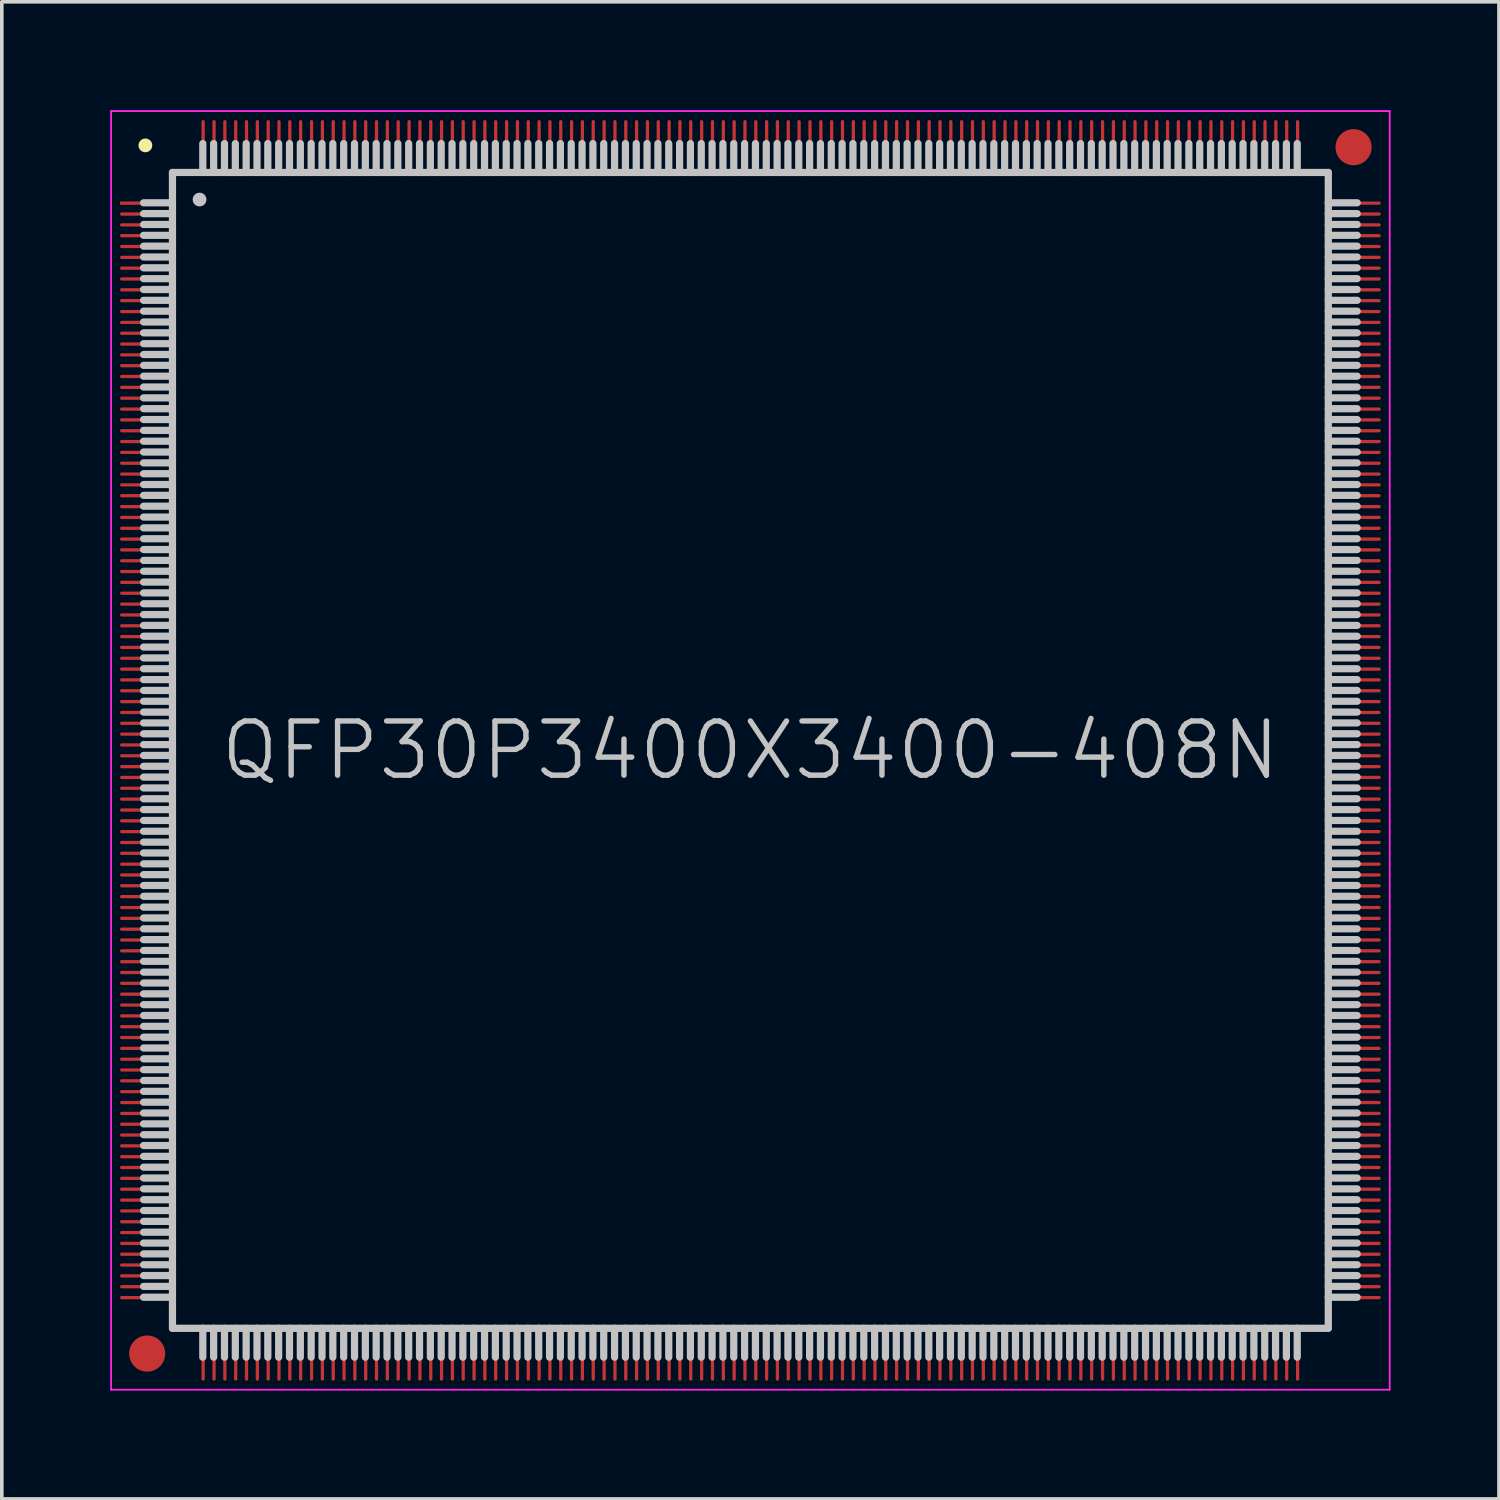
<source format=kicad_pcb>
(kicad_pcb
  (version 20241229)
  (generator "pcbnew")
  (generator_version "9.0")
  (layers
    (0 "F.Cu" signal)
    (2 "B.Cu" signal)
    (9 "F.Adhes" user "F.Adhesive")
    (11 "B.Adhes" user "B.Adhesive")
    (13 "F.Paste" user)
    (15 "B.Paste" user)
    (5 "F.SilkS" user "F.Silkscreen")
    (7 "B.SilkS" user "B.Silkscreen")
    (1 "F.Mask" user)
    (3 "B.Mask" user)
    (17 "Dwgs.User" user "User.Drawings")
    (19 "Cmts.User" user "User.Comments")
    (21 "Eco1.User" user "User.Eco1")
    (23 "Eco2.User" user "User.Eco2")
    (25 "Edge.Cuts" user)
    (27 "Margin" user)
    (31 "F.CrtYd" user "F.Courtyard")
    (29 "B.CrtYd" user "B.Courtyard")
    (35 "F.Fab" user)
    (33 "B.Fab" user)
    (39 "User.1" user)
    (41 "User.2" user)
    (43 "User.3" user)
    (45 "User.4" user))
  (footprint "QFP30P3400X3400-408N"
    (layer "F.Cu")
    (at 17.725 17.725)
    (property "Reference" "QFP30P3400X3400-408N" (at 0 0 0) (layer "Dwgs.User") (effects (font (size 1.5 1.5) (thickness 0.15))))
    (attr smd)
    (fp_line (start -16.75 -16.75) (end -16.75 -16.75) (stroke (width 0.381) (type solid)) (layer "F.SilkS"))
    (fp_line (start -16 -16) (end -16 16) (stroke (width 0.2) (type solid)) (layer "Dwgs.User"))
    (fp_line (start -16 -16) (end 16 -16) (stroke (width 0.2) (type solid)) (layer "Dwgs.User"))
    (fp_line (start -16 -15.16) (end -16.8 -15.16) (stroke (width 0.2) (type solid)) (layer "Dwgs.User"))
    (fp_line (start -16 -14.86) (end -16.8 -14.86) (stroke (width 0.2) (type solid)) (layer "Dwgs.User"))
    (fp_line (start -16 -14.56) (end -16.8 -14.56) (stroke (width 0.2) (type solid)) (layer "Dwgs.User"))
    (fp_line (start -16 -14.26) (end -16.8 -14.26) (stroke (width 0.2) (type solid)) (layer "Dwgs.User"))
    (fp_line (start -16 -13.96) (end -16.8 -13.96) (stroke (width 0.2) (type solid)) (layer "Dwgs.User"))
    (fp_line (start -16 -13.66) (end -16.8 -13.66) (stroke (width 0.2) (type solid)) (layer "Dwgs.User"))
    (fp_line (start -16 -13.36) (end -16.8 -13.36) (stroke (width 0.2) (type solid)) (layer "Dwgs.User"))
    (fp_line (start -16 -13.06) (end -16.8 -13.06) (stroke (width 0.2) (type solid)) (layer "Dwgs.User"))
    (fp_line (start -16 -12.76) (end -16.8 -12.76) (stroke (width 0.2) (type solid)) (layer "Dwgs.User"))
    (fp_line (start -16 -12.46) (end -16.8 -12.46) (stroke (width 0.2) (type solid)) (layer "Dwgs.User"))
    (fp_line (start -16 -12.16) (end -16.8 -12.16) (stroke (width 0.2) (type solid)) (layer "Dwgs.User"))
    (fp_line (start -16 -11.86) (end -16.8 -11.86) (stroke (width 0.2) (type solid)) (layer "Dwgs.User"))
    (fp_line (start -16 -11.56) (end -16.8 -11.56) (stroke (width 0.2) (type solid)) (layer "Dwgs.User"))
    (fp_line (start -16 -11.26) (end -16.8 -11.26) (stroke (width 0.2) (type solid)) (layer "Dwgs.User"))
    (fp_line (start -16 -10.96) (end -16.8 -10.96) (stroke (width 0.2) (type solid)) (layer "Dwgs.User"))
    (fp_line (start -16 -10.66) (end -16.8 -10.66) (stroke (width 0.2) (type solid)) (layer "Dwgs.User"))
    (fp_line (start -16 -10.36) (end -16.8 -10.36) (stroke (width 0.2) (type solid)) (layer "Dwgs.User"))
    (fp_line (start -16 -10.06) (end -16.8 -10.06) (stroke (width 0.2) (type solid)) (layer "Dwgs.User"))
    (fp_line (start -16 -9.76) (end -16.8 -9.76) (stroke (width 0.2) (type solid)) (layer "Dwgs.User"))
    (fp_line (start -16 -9.46) (end -16.8 -9.46) (stroke (width 0.2) (type solid)) (layer "Dwgs.User"))
    (fp_line (start -16 -9.16) (end -16.8 -9.16) (stroke (width 0.2) (type solid)) (layer "Dwgs.User"))
    (fp_line (start -16 -8.86) (end -16.8 -8.86) (stroke (width 0.2) (type solid)) (layer "Dwgs.User"))
    (fp_line (start -16 -8.56) (end -16.8 -8.56) (stroke (width 0.2) (type solid)) (layer "Dwgs.User"))
    (fp_line (start -16 -8.26) (end -16.8 -8.26) (stroke (width 0.2) (type solid)) (layer "Dwgs.User"))
    (fp_line (start -16 -7.96) (end -16.8 -7.96) (stroke (width 0.2) (type solid)) (layer "Dwgs.User"))
    (fp_line (start -16 -7.66) (end -16.8 -7.66) (stroke (width 0.2) (type solid)) (layer "Dwgs.User"))
    (fp_line (start -16 -7.36) (end -16.8 -7.36) (stroke (width 0.2) (type solid)) (layer "Dwgs.User"))
    (fp_line (start -16 -7.06) (end -16.8 -7.06) (stroke (width 0.2) (type solid)) (layer "Dwgs.User"))
    (fp_line (start -16 -6.76) (end -16.8 -6.76) (stroke (width 0.2) (type solid)) (layer "Dwgs.User"))
    (fp_line (start -16 -6.46) (end -16.8 -6.46) (stroke (width 0.2) (type solid)) (layer "Dwgs.User"))
    (fp_line (start -16 -6.16) (end -16.8 -6.16) (stroke (width 0.2) (type solid)) (layer "Dwgs.User"))
    (fp_line (start -16 -5.86) (end -16.8 -5.86) (stroke (width 0.2) (type solid)) (layer "Dwgs.User"))
    (fp_line (start -16 -5.56) (end -16.8 -5.56) (stroke (width 0.2) (type solid)) (layer "Dwgs.User"))
    (fp_line (start -16 -5.26) (end -16.8 -5.26) (stroke (width 0.2) (type solid)) (layer "Dwgs.User"))
    (fp_line (start -16 -4.96) (end -16.8 -4.96) (stroke (width 0.2) (type solid)) (layer "Dwgs.User"))
    (fp_line (start -16 -4.66) (end -16.8 -4.66) (stroke (width 0.2) (type solid)) (layer "Dwgs.User"))
    (fp_line (start -16 -4.36) (end -16.8 -4.36) (stroke (width 0.2) (type solid)) (layer "Dwgs.User"))
    (fp_line (start -16 -4.06) (end -16.8 -4.06) (stroke (width 0.2) (type solid)) (layer "Dwgs.User"))
    (fp_line (start -16 -3.76) (end -16.8 -3.76) (stroke (width 0.2) (type solid)) (layer "Dwgs.User"))
    (fp_line (start -16 -3.46) (end -16.8 -3.46) (stroke (width 0.2) (type solid)) (layer "Dwgs.User"))
    (fp_line (start -16 -3.16) (end -16.8 -3.16) (stroke (width 0.2) (type solid)) (layer "Dwgs.User"))
    (fp_line (start -16 -2.86) (end -16.8 -2.86) (stroke (width 0.2) (type solid)) (layer "Dwgs.User"))
    (fp_line (start -16 -2.56) (end -16.8 -2.56) (stroke (width 0.2) (type solid)) (layer "Dwgs.User"))
    (fp_line (start -16 -2.26) (end -16.8 -2.26) (stroke (width 0.2) (type solid)) (layer "Dwgs.User"))
    (fp_line (start -16 -1.96) (end -16.8 -1.96) (stroke (width 0.2) (type solid)) (layer "Dwgs.User"))
    (fp_line (start -16 -1.66) (end -16.8 -1.66) (stroke (width 0.2) (type solid)) (layer "Dwgs.User"))
    (fp_line (start -16 -1.36) (end -16.8 -1.36) (stroke (width 0.2) (type solid)) (layer "Dwgs.User"))
    (fp_line (start -16 -1.06) (end -16.8 -1.06) (stroke (width 0.2) (type solid)) (layer "Dwgs.User"))
    (fp_line (start -16 -0.76) (end -16.8 -0.76) (stroke (width 0.2) (type solid)) (layer "Dwgs.User"))
    (fp_line (start -16 -0.46) (end -16.8 -0.46) (stroke (width 0.2) (type solid)) (layer "Dwgs.User"))
    (fp_line (start -16 -0.16) (end -16.8 -0.16) (stroke (width 0.2) (type solid)) (layer "Dwgs.User"))
    (fp_line (start -16 0.14) (end -16.8 0.14) (stroke (width 0.2) (type solid)) (layer "Dwgs.User"))
    (fp_line (start -16 0.44) (end -16.8 0.44) (stroke (width 0.2) (type solid)) (layer "Dwgs.User"))
    (fp_line (start -16 0.74) (end -16.8 0.74) (stroke (width 0.2) (type solid)) (layer "Dwgs.User"))
    (fp_line (start -16 1.04) (end -16.8 1.04) (stroke (width 0.2) (type solid)) (layer "Dwgs.User"))
    (fp_line (start -16 1.34) (end -16.8 1.34) (stroke (width 0.2) (type solid)) (layer "Dwgs.User"))
    (fp_line (start -16 1.64) (end -16.8 1.64) (stroke (width 0.2) (type solid)) (layer "Dwgs.User"))
    (fp_line (start -16 1.94) (end -16.8 1.94) (stroke (width 0.2) (type solid)) (layer "Dwgs.User"))
    (fp_line (start -16 2.24) (end -16.8 2.24) (stroke (width 0.2) (type solid)) (layer "Dwgs.User"))
    (fp_line (start -16 2.54) (end -16.8 2.54) (stroke (width 0.2) (type solid)) (layer "Dwgs.User"))
    (fp_line (start -16 2.84) (end -16.8 2.84) (stroke (width 0.2) (type solid)) (layer "Dwgs.User"))
    (fp_line (start -16 3.14) (end -16.8 3.14) (stroke (width 0.2) (type solid)) (layer "Dwgs.User"))
    (fp_line (start -16 3.44) (end -16.8 3.44) (stroke (width 0.2) (type solid)) (layer "Dwgs.User"))
    (fp_line (start -16 3.74) (end -16.8 3.74) (stroke (width 0.2) (type solid)) (layer "Dwgs.User"))
    (fp_line (start -16 4.04) (end -16.8 4.04) (stroke (width 0.2) (type solid)) (layer "Dwgs.User"))
    (fp_line (start -16 4.34) (end -16.8 4.34) (stroke (width 0.2) (type solid)) (layer "Dwgs.User"))
    (fp_line (start -16 4.64) (end -16.8 4.64) (stroke (width 0.2) (type solid)) (layer "Dwgs.User"))
    (fp_line (start -16 4.94) (end -16.8 4.94) (stroke (width 0.2) (type solid)) (layer "Dwgs.User"))
    (fp_line (start -16 5.24) (end -16.8 5.24) (stroke (width 0.2) (type solid)) (layer "Dwgs.User"))
    (fp_line (start -16 5.54) (end -16.8 5.54) (stroke (width 0.2) (type solid)) (layer "Dwgs.User"))
    (fp_line (start -16 5.84) (end -16.8 5.84) (stroke (width 0.2) (type solid)) (layer "Dwgs.User"))
    (fp_line (start -16 6.14) (end -16.8 6.14) (stroke (width 0.2) (type solid)) (layer "Dwgs.User"))
    (fp_line (start -16 6.44) (end -16.8 6.44) (stroke (width 0.2) (type solid)) (layer "Dwgs.User"))
    (fp_line (start -16 6.74) (end -16.8 6.74) (stroke (width 0.2) (type solid)) (layer "Dwgs.User"))
    (fp_line (start -16 7.04) (end -16.8 7.04) (stroke (width 0.2) (type solid)) (layer "Dwgs.User"))
    (fp_line (start -16 7.34) (end -16.8 7.34) (stroke (width 0.2) (type solid)) (layer "Dwgs.User"))
    (fp_line (start -16 7.64) (end -16.8 7.64) (stroke (width 0.2) (type solid)) (layer "Dwgs.User"))
    (fp_line (start -16 7.94) (end -16.8 7.94) (stroke (width 0.2) (type solid)) (layer "Dwgs.User"))
    (fp_line (start -16 8.24) (end -16.8 8.24) (stroke (width 0.2) (type solid)) (layer "Dwgs.User"))
    (fp_line (start -16 8.54) (end -16.8 8.54) (stroke (width 0.2) (type solid)) (layer "Dwgs.User"))
    (fp_line (start -16 8.84) (end -16.8 8.84) (stroke (width 0.2) (type solid)) (layer "Dwgs.User"))
    (fp_line (start -16 9.14) (end -16.8 9.14) (stroke (width 0.2) (type solid)) (layer "Dwgs.User"))
    (fp_line (start -16 9.44) (end -16.8 9.44) (stroke (width 0.2) (type solid)) (layer "Dwgs.User"))
    (fp_line (start -16 9.74) (end -16.8 9.74) (stroke (width 0.2) (type solid)) (layer "Dwgs.User"))
    (fp_line (start -16 10.04) (end -16.8 10.04) (stroke (width 0.2) (type solid)) (layer "Dwgs.User"))
    (fp_line (start -16 10.34) (end -16.8 10.34) (stroke (width 0.2) (type solid)) (layer "Dwgs.User"))
    (fp_line (start -16 10.64) (end -16.8 10.64) (stroke (width 0.2) (type solid)) (layer "Dwgs.User"))
    (fp_line (start -16 10.94) (end -16.8 10.94) (stroke (width 0.2) (type solid)) (layer "Dwgs.User"))
    (fp_line (start -16 11.24) (end -16.8 11.24) (stroke (width 0.2) (type solid)) (layer "Dwgs.User"))
    (fp_line (start -16 11.54) (end -16.8 11.54) (stroke (width 0.2) (type solid)) (layer "Dwgs.User"))
    (fp_line (start -16 11.84) (end -16.8 11.84) (stroke (width 0.2) (type solid)) (layer "Dwgs.User"))
    (fp_line (start -16 12.14) (end -16.8 12.14) (stroke (width 0.2) (type solid)) (layer "Dwgs.User"))
    (fp_line (start -16 12.44) (end -16.8 12.44) (stroke (width 0.2) (type solid)) (layer "Dwgs.User"))
    (fp_line (start -16 12.74) (end -16.8 12.74) (stroke (width 0.2) (type solid)) (layer "Dwgs.User"))
    (fp_line (start -16 13.04) (end -16.8 13.04) (stroke (width 0.2) (type solid)) (layer "Dwgs.User"))
    (fp_line (start -16 13.34) (end -16.8 13.34) (stroke (width 0.2) (type solid)) (layer "Dwgs.User"))
    (fp_line (start -16 13.64) (end -16.8 13.64) (stroke (width 0.2) (type solid)) (layer "Dwgs.User"))
    (fp_line (start -16 13.94) (end -16.8 13.94) (stroke (width 0.2) (type solid)) (layer "Dwgs.User"))
    (fp_line (start -16 14.24) (end -16.8 14.24) (stroke (width 0.2) (type solid)) (layer "Dwgs.User"))
    (fp_line (start -16 14.54) (end -16.8 14.54) (stroke (width 0.2) (type solid)) (layer "Dwgs.User"))
    (fp_line (start -16 14.84) (end -16.8 14.84) (stroke (width 0.2) (type solid)) (layer "Dwgs.User"))
    (fp_line (start -16 15.14) (end -16.8 15.14) (stroke (width 0.2) (type solid)) (layer "Dwgs.User"))
    (fp_line (start -16 16) (end 16 16) (stroke (width 0.2) (type solid)) (layer "Dwgs.User"))
    (fp_line (start -15.25 -15.25) (end -15.25 -15.25) (stroke (width 0.381) (type solid)) (layer "Dwgs.User"))
    (fp_line (start -15.16 -16.8) (end -15.16 -16) (stroke (width 0.2) (type solid)) (layer "Dwgs.User"))
    (fp_line (start -15.16 16) (end -15.16 16.8) (stroke (width 0.2) (type solid)) (layer "Dwgs.User"))
    (fp_line (start -14.86 -16.8) (end -14.86 -16) (stroke (width 0.2) (type solid)) (layer "Dwgs.User"))
    (fp_line (start -14.86 16) (end -14.86 16.8) (stroke (width 0.2) (type solid)) (layer "Dwgs.User"))
    (fp_line (start -14.56 -16.8) (end -14.56 -16) (stroke (width 0.2) (type solid)) (layer "Dwgs.User"))
    (fp_line (start -14.56 16) (end -14.56 16.8) (stroke (width 0.2) (type solid)) (layer "Dwgs.User"))
    (fp_line (start -14.26 -16.8) (end -14.26 -16) (stroke (width 0.2) (type solid)) (layer "Dwgs.User"))
    (fp_line (start -14.26 16) (end -14.26 16.8) (stroke (width 0.2) (type solid)) (layer "Dwgs.User"))
    (fp_line (start -13.96 -16.8) (end -13.96 -16) (stroke (width 0.2) (type solid)) (layer "Dwgs.User"))
    (fp_line (start -13.96 16) (end -13.96 16.8) (stroke (width 0.2) (type solid)) (layer "Dwgs.User"))
    (fp_line (start -13.66 -16.8) (end -13.66 -16) (stroke (width 0.2) (type solid)) (layer "Dwgs.User"))
    (fp_line (start -13.66 16) (end -13.66 16.8) (stroke (width 0.2) (type solid)) (layer "Dwgs.User"))
    (fp_line (start -13.36 -16.8) (end -13.36 -16) (stroke (width 0.2) (type solid)) (layer "Dwgs.User"))
    (fp_line (start -13.36 16) (end -13.36 16.8) (stroke (width 0.2) (type solid)) (layer "Dwgs.User"))
    (fp_line (start -13.06 -16.8) (end -13.06 -16) (stroke (width 0.2) (type solid)) (layer "Dwgs.User"))
    (fp_line (start -13.06 16) (end -13.06 16.8) (stroke (width 0.2) (type solid)) (layer "Dwgs.User"))
    (fp_line (start -12.76 -16.8) (end -12.76 -16) (stroke (width 0.2) (type solid)) (layer "Dwgs.User"))
    (fp_line (start -12.76 16) (end -12.76 16.8) (stroke (width 0.2) (type solid)) (layer "Dwgs.User"))
    (fp_line (start -12.46 -16.8) (end -12.46 -16) (stroke (width 0.2) (type solid)) (layer "Dwgs.User"))
    (fp_line (start -12.46 16) (end -12.46 16.8) (stroke (width 0.2) (type solid)) (layer "Dwgs.User"))
    (fp_line (start -12.16 -16.8) (end -12.16 -16) (stroke (width 0.2) (type solid)) (layer "Dwgs.User"))
    (fp_line (start -12.16 16) (end -12.16 16.8) (stroke (width 0.2) (type solid)) (layer "Dwgs.User"))
    (fp_line (start -11.86 -16.8) (end -11.86 -16) (stroke (width 0.2) (type solid)) (layer "Dwgs.User"))
    (fp_line (start -11.86 16) (end -11.86 16.8) (stroke (width 0.2) (type solid)) (layer "Dwgs.User"))
    (fp_line (start -11.56 -16.8) (end -11.56 -16) (stroke (width 0.2) (type solid)) (layer "Dwgs.User"))
    (fp_line (start -11.56 16) (end -11.56 16.8) (stroke (width 0.2) (type solid)) (layer "Dwgs.User"))
    (fp_line (start -11.26 -16.8) (end -11.26 -16) (stroke (width 0.2) (type solid)) (layer "Dwgs.User"))
    (fp_line (start -11.26 16) (end -11.26 16.8) (stroke (width 0.2) (type solid)) (layer "Dwgs.User"))
    (fp_line (start -10.96 -16.8) (end -10.96 -16) (stroke (width 0.2) (type solid)) (layer "Dwgs.User"))
    (fp_line (start -10.96 16) (end -10.96 16.8) (stroke (width 0.2) (type solid)) (layer "Dwgs.User"))
    (fp_line (start -10.66 -16.8) (end -10.66 -16) (stroke (width 0.2) (type solid)) (layer "Dwgs.User"))
    (fp_line (start -10.66 16) (end -10.66 16.8) (stroke (width 0.2) (type solid)) (layer "Dwgs.User"))
    (fp_line (start -10.36 -16.8) (end -10.36 -16) (stroke (width 0.2) (type solid)) (layer "Dwgs.User"))
    (fp_line (start -10.36 16) (end -10.36 16.8) (stroke (width 0.2) (type solid)) (layer "Dwgs.User"))
    (fp_line (start -10.06 -16.8) (end -10.06 -16) (stroke (width 0.2) (type solid)) (layer "Dwgs.User"))
    (fp_line (start -10.06 16) (end -10.06 16.8) (stroke (width 0.2) (type solid)) (layer "Dwgs.User"))
    (fp_line (start -9.76 -16.8) (end -9.76 -16) (stroke (width 0.2) (type solid)) (layer "Dwgs.User"))
    (fp_line (start -9.76 16) (end -9.76 16.8) (stroke (width 0.2) (type solid)) (layer "Dwgs.User"))
    (fp_line (start -9.46 -16.8) (end -9.46 -16) (stroke (width 0.2) (type solid)) (layer "Dwgs.User"))
    (fp_line (start -9.46 16) (end -9.46 16.8) (stroke (width 0.2) (type solid)) (layer "Dwgs.User"))
    (fp_line (start -9.16 -16.8) (end -9.16 -16) (stroke (width 0.2) (type solid)) (layer "Dwgs.User"))
    (fp_line (start -9.16 16) (end -9.16 16.8) (stroke (width 0.2) (type solid)) (layer "Dwgs.User"))
    (fp_line (start -8.86 -16.8) (end -8.86 -16) (stroke (width 0.2) (type solid)) (layer "Dwgs.User"))
    (fp_line (start -8.86 16) (end -8.86 16.8) (stroke (width 0.2) (type solid)) (layer "Dwgs.User"))
    (fp_line (start -8.56 -16.8) (end -8.56 -16) (stroke (width 0.2) (type solid)) (layer "Dwgs.User"))
    (fp_line (start -8.56 16) (end -8.56 16.8) (stroke (width 0.2) (type solid)) (layer "Dwgs.User"))
    (fp_line (start -8.26 -16.8) (end -8.26 -16) (stroke (width 0.2) (type solid)) (layer "Dwgs.User"))
    (fp_line (start -8.26 16) (end -8.26 16.8) (stroke (width 0.2) (type solid)) (layer "Dwgs.User"))
    (fp_line (start -7.96 -16.8) (end -7.96 -16) (stroke (width 0.2) (type solid)) (layer "Dwgs.User"))
    (fp_line (start -7.96 16) (end -7.96 16.8) (stroke (width 0.2) (type solid)) (layer "Dwgs.User"))
    (fp_line (start -7.66 -16.8) (end -7.66 -16) (stroke (width 0.2) (type solid)) (layer "Dwgs.User"))
    (fp_line (start -7.66 16) (end -7.66 16.8) (stroke (width 0.2) (type solid)) (layer "Dwgs.User"))
    (fp_line (start -7.36 -16.8) (end -7.36 -16) (stroke (width 0.2) (type solid)) (layer "Dwgs.User"))
    (fp_line (start -7.36 16) (end -7.36 16.8) (stroke (width 0.2) (type solid)) (layer "Dwgs.User"))
    (fp_line (start -7.06 -16.8) (end -7.06 -16) (stroke (width 0.2) (type solid)) (layer "Dwgs.User"))
    (fp_line (start -7.06 16) (end -7.06 16.8) (stroke (width 0.2) (type solid)) (layer "Dwgs.User"))
    (fp_line (start -6.76 -16.8) (end -6.76 -16) (stroke (width 0.2) (type solid)) (layer "Dwgs.User"))
    (fp_line (start -6.76 16) (end -6.76 16.8) (stroke (width 0.2) (type solid)) (layer "Dwgs.User"))
    (fp_line (start -6.46 -16.8) (end -6.46 -16) (stroke (width 0.2) (type solid)) (layer "Dwgs.User"))
    (fp_line (start -6.46 16) (end -6.46 16.8) (stroke (width 0.2) (type solid)) (layer "Dwgs.User"))
    (fp_line (start -6.16 -16.8) (end -6.16 -16) (stroke (width 0.2) (type solid)) (layer "Dwgs.User"))
    (fp_line (start -6.16 16) (end -6.16 16.8) (stroke (width 0.2) (type solid)) (layer "Dwgs.User"))
    (fp_line (start -5.86 -16.8) (end -5.86 -16) (stroke (width 0.2) (type solid)) (layer "Dwgs.User"))
    (fp_line (start -5.86 16) (end -5.86 16.8) (stroke (width 0.2) (type solid)) (layer "Dwgs.User"))
    (fp_line (start -5.56 -16.8) (end -5.56 -16) (stroke (width 0.2) (type solid)) (layer "Dwgs.User"))
    (fp_line (start -5.56 16) (end -5.56 16.8) (stroke (width 0.2) (type solid)) (layer "Dwgs.User"))
    (fp_line (start -5.26 -16.8) (end -5.26 -16) (stroke (width 0.2) (type solid)) (layer "Dwgs.User"))
    (fp_line (start -5.26 16) (end -5.26 16.8) (stroke (width 0.2) (type solid)) (layer "Dwgs.User"))
    (fp_line (start -4.96 -16.8) (end -4.96 -16) (stroke (width 0.2) (type solid)) (layer "Dwgs.User"))
    (fp_line (start -4.96 16) (end -4.96 16.8) (stroke (width 0.2) (type solid)) (layer "Dwgs.User"))
    (fp_line (start -4.66 -16.8) (end -4.66 -16) (stroke (width 0.2) (type solid)) (layer "Dwgs.User"))
    (fp_line (start -4.66 16) (end -4.66 16.8) (stroke (width 0.2) (type solid)) (layer "Dwgs.User"))
    (fp_line (start -4.36 -16.8) (end -4.36 -16) (stroke (width 0.2) (type solid)) (layer "Dwgs.User"))
    (fp_line (start -4.36 16) (end -4.36 16.8) (stroke (width 0.2) (type solid)) (layer "Dwgs.User"))
    (fp_line (start -4.06 -16.8) (end -4.06 -16) (stroke (width 0.2) (type solid)) (layer "Dwgs.User"))
    (fp_line (start -4.06 16) (end -4.06 16.8) (stroke (width 0.2) (type solid)) (layer "Dwgs.User"))
    (fp_line (start -3.76 -16.8) (end -3.76 -16) (stroke (width 0.2) (type solid)) (layer "Dwgs.User"))
    (fp_line (start -3.76 16) (end -3.76 16.8) (stroke (width 0.2) (type solid)) (layer "Dwgs.User"))
    (fp_line (start -3.46 -16.8) (end -3.46 -16) (stroke (width 0.2) (type solid)) (layer "Dwgs.User"))
    (fp_line (start -3.46 16) (end -3.46 16.8) (stroke (width 0.2) (type solid)) (layer "Dwgs.User"))
    (fp_line (start -3.16 -16.8) (end -3.16 -16) (stroke (width 0.2) (type solid)) (layer "Dwgs.User"))
    (fp_line (start -3.16 16) (end -3.16 16.8) (stroke (width 0.2) (type solid)) (layer "Dwgs.User"))
    (fp_line (start -2.86 -16.8) (end -2.86 -16) (stroke (width 0.2) (type solid)) (layer "Dwgs.User"))
    (fp_line (start -2.86 16) (end -2.86 16.8) (stroke (width 0.2) (type solid)) (layer "Dwgs.User"))
    (fp_line (start -2.56 -16.8) (end -2.56 -16) (stroke (width 0.2) (type solid)) (layer "Dwgs.User"))
    (fp_line (start -2.56 16) (end -2.56 16.8) (stroke (width 0.2) (type solid)) (layer "Dwgs.User"))
    (fp_line (start -2.26 -16.8) (end -2.26 -16) (stroke (width 0.2) (type solid)) (layer "Dwgs.User"))
    (fp_line (start -2.26 16) (end -2.26 16.8) (stroke (width 0.2) (type solid)) (layer "Dwgs.User"))
    (fp_line (start -1.96 -16.8) (end -1.96 -16) (stroke (width 0.2) (type solid)) (layer "Dwgs.User"))
    (fp_line (start -1.96 16) (end -1.96 16.8) (stroke (width 0.2) (type solid)) (layer "Dwgs.User"))
    (fp_line (start -1.66 -16.8) (end -1.66 -16) (stroke (width 0.2) (type solid)) (layer "Dwgs.User"))
    (fp_line (start -1.66 16) (end -1.66 16.8) (stroke (width 0.2) (type solid)) (layer "Dwgs.User"))
    (fp_line (start -1.36 -16.8) (end -1.36 -16) (stroke (width 0.2) (type solid)) (layer "Dwgs.User"))
    (fp_line (start -1.36 16) (end -1.36 16.8) (stroke (width 0.2) (type solid)) (layer "Dwgs.User"))
    (fp_line (start -1.06 -16.8) (end -1.06 -16) (stroke (width 0.2) (type solid)) (layer "Dwgs.User"))
    (fp_line (start -1.06 16) (end -1.06 16.8) (stroke (width 0.2) (type solid)) (layer "Dwgs.User"))
    (fp_line (start -0.76 -16.8) (end -0.76 -16) (stroke (width 0.2) (type solid)) (layer "Dwgs.User"))
    (fp_line (start -0.76 16) (end -0.76 16.8) (stroke (width 0.2) (type solid)) (layer "Dwgs.User"))
    (fp_line (start -0.46 -16.8) (end -0.46 -16) (stroke (width 0.2) (type solid)) (layer "Dwgs.User"))
    (fp_line (start -0.46 16) (end -0.46 16.8) (stroke (width 0.2) (type solid)) (layer "Dwgs.User"))
    (fp_line (start -0.16 -16.8) (end -0.16 -16) (stroke (width 0.2) (type solid)) (layer "Dwgs.User"))
    (fp_line (start -0.16 16) (end -0.16 16.8) (stroke (width 0.2) (type solid)) (layer "Dwgs.User"))
    (fp_line (start 0.14 -16.8) (end 0.14 -16) (stroke (width 0.2) (type solid)) (layer "Dwgs.User"))
    (fp_line (start 0.14 16) (end 0.14 16.8) (stroke (width 0.2) (type solid)) (layer "Dwgs.User"))
    (fp_line (start 0.44 -16.8) (end 0.44 -16) (stroke (width 0.2) (type solid)) (layer "Dwgs.User"))
    (fp_line (start 0.44 16) (end 0.44 16.8) (stroke (width 0.2) (type solid)) (layer "Dwgs.User"))
    (fp_line (start 0.74 -16.8) (end 0.74 -16) (stroke (width 0.2) (type solid)) (layer "Dwgs.User"))
    (fp_line (start 0.74 16) (end 0.74 16.8) (stroke (width 0.2) (type solid)) (layer "Dwgs.User"))
    (fp_line (start 1.04 -16.8) (end 1.04 -16) (stroke (width 0.2) (type solid)) (layer "Dwgs.User"))
    (fp_line (start 1.04 16) (end 1.04 16.8) (stroke (width 0.2) (type solid)) (layer "Dwgs.User"))
    (fp_line (start 1.34 -16.8) (end 1.34 -16) (stroke (width 0.2) (type solid)) (layer "Dwgs.User"))
    (fp_line (start 1.34 16) (end 1.34 16.8) (stroke (width 0.2) (type solid)) (layer "Dwgs.User"))
    (fp_line (start 1.64 -16.8) (end 1.64 -16) (stroke (width 0.2) (type solid)) (layer "Dwgs.User"))
    (fp_line (start 1.64 16) (end 1.64 16.8) (stroke (width 0.2) (type solid)) (layer "Dwgs.User"))
    (fp_line (start 1.94 -16.8) (end 1.94 -16) (stroke (width 0.2) (type solid)) (layer "Dwgs.User"))
    (fp_line (start 1.94 16) (end 1.94 16.8) (stroke (width 0.2) (type solid)) (layer "Dwgs.User"))
    (fp_line (start 2.24 -16.8) (end 2.24 -16) (stroke (width 0.2) (type solid)) (layer "Dwgs.User"))
    (fp_line (start 2.24 16) (end 2.24 16.8) (stroke (width 0.2) (type solid)) (layer "Dwgs.User"))
    (fp_line (start 2.54 -16.8) (end 2.54 -16) (stroke (width 0.2) (type solid)) (layer "Dwgs.User"))
    (fp_line (start 2.54 16) (end 2.54 16.8) (stroke (width 0.2) (type solid)) (layer "Dwgs.User"))
    (fp_line (start 2.84 -16.8) (end 2.84 -16) (stroke (width 0.2) (type solid)) (layer "Dwgs.User"))
    (fp_line (start 2.84 16) (end 2.84 16.8) (stroke (width 0.2) (type solid)) (layer "Dwgs.User"))
    (fp_line (start 3.14 -16.8) (end 3.14 -16) (stroke (width 0.2) (type solid)) (layer "Dwgs.User"))
    (fp_line (start 3.14 16) (end 3.14 16.8) (stroke (width 0.2) (type solid)) (layer "Dwgs.User"))
    (fp_line (start 3.44 -16.8) (end 3.44 -16) (stroke (width 0.2) (type solid)) (layer "Dwgs.User"))
    (fp_line (start 3.44 16) (end 3.44 16.8) (stroke (width 0.2) (type solid)) (layer "Dwgs.User"))
    (fp_line (start 3.74 -16.8) (end 3.74 -16) (stroke (width 0.2) (type solid)) (layer "Dwgs.User"))
    (fp_line (start 3.74 16) (end 3.74 16.8) (stroke (width 0.2) (type solid)) (layer "Dwgs.User"))
    (fp_line (start 4.04 -16.8) (end 4.04 -16) (stroke (width 0.2) (type solid)) (layer "Dwgs.User"))
    (fp_line (start 4.04 16) (end 4.04 16.8) (stroke (width 0.2) (type solid)) (layer "Dwgs.User"))
    (fp_line (start 4.34 -16.8) (end 4.34 -16) (stroke (width 0.2) (type solid)) (layer "Dwgs.User"))
    (fp_line (start 4.34 16) (end 4.34 16.8) (stroke (width 0.2) (type solid)) (layer "Dwgs.User"))
    (fp_line (start 4.64 -16.8) (end 4.64 -16) (stroke (width 0.2) (type solid)) (layer "Dwgs.User"))
    (fp_line (start 4.64 16) (end 4.64 16.8) (stroke (width 0.2) (type solid)) (layer "Dwgs.User"))
    (fp_line (start 4.94 -16.8) (end 4.94 -16) (stroke (width 0.2) (type solid)) (layer "Dwgs.User"))
    (fp_line (start 4.94 16) (end 4.94 16.8) (stroke (width 0.2) (type solid)) (layer "Dwgs.User"))
    (fp_line (start 5.24 -16.8) (end 5.24 -16) (stroke (width 0.2) (type solid)) (layer "Dwgs.User"))
    (fp_line (start 5.24 16) (end 5.24 16.8) (stroke (width 0.2) (type solid)) (layer "Dwgs.User"))
    (fp_line (start 5.54 -16.8) (end 5.54 -16) (stroke (width 0.2) (type solid)) (layer "Dwgs.User"))
    (fp_line (start 5.54 16) (end 5.54 16.8) (stroke (width 0.2) (type solid)) (layer "Dwgs.User"))
    (fp_line (start 5.84 -16.8) (end 5.84 -16) (stroke (width 0.2) (type solid)) (layer "Dwgs.User"))
    (fp_line (start 5.84 16) (end 5.84 16.8) (stroke (width 0.2) (type solid)) (layer "Dwgs.User"))
    (fp_line (start 6.14 -16.8) (end 6.14 -16) (stroke (width 0.2) (type solid)) (layer "Dwgs.User"))
    (fp_line (start 6.14 16) (end 6.14 16.8) (stroke (width 0.2) (type solid)) (layer "Dwgs.User"))
    (fp_line (start 6.44 -16.8) (end 6.44 -16) (stroke (width 0.2) (type solid)) (layer "Dwgs.User"))
    (fp_line (start 6.44 16) (end 6.44 16.8) (stroke (width 0.2) (type solid)) (layer "Dwgs.User"))
    (fp_line (start 6.74 -16.8) (end 6.74 -16) (stroke (width 0.2) (type solid)) (layer "Dwgs.User"))
    (fp_line (start 6.74 16) (end 6.74 16.8) (stroke (width 0.2) (type solid)) (layer "Dwgs.User"))
    (fp_line (start 7.04 -16.8) (end 7.04 -16) (stroke (width 0.2) (type solid)) (layer "Dwgs.User"))
    (fp_line (start 7.04 16) (end 7.04 16.8) (stroke (width 0.2) (type solid)) (layer "Dwgs.User"))
    (fp_line (start 7.34 -16.8) (end 7.34 -16) (stroke (width 0.2) (type solid)) (layer "Dwgs.User"))
    (fp_line (start 7.34 16) (end 7.34 16.8) (stroke (width 0.2) (type solid)) (layer "Dwgs.User"))
    (fp_line (start 7.64 -16.8) (end 7.64 -16) (stroke (width 0.2) (type solid)) (layer "Dwgs.User"))
    (fp_line (start 7.64 16) (end 7.64 16.8) (stroke (width 0.2) (type solid)) (layer "Dwgs.User"))
    (fp_line (start 7.94 -16.8) (end 7.94 -16) (stroke (width 0.2) (type solid)) (layer "Dwgs.User"))
    (fp_line (start 7.94 16) (end 7.94 16.8) (stroke (width 0.2) (type solid)) (layer "Dwgs.User"))
    (fp_line (start 8.24 -16.8) (end 8.24 -16) (stroke (width 0.2) (type solid)) (layer "Dwgs.User"))
    (fp_line (start 8.24 16) (end 8.24 16.8) (stroke (width 0.2) (type solid)) (layer "Dwgs.User"))
    (fp_line (start 8.54 -16.8) (end 8.54 -16) (stroke (width 0.2) (type solid)) (layer "Dwgs.User"))
    (fp_line (start 8.54 16) (end 8.54 16.8) (stroke (width 0.2) (type solid)) (layer "Dwgs.User"))
    (fp_line (start 8.84 -16.8) (end 8.84 -16) (stroke (width 0.2) (type solid)) (layer "Dwgs.User"))
    (fp_line (start 8.84 16) (end 8.84 16.8) (stroke (width 0.2) (type solid)) (layer "Dwgs.User"))
    (fp_line (start 9.14 -16.8) (end 9.14 -16) (stroke (width 0.2) (type solid)) (layer "Dwgs.User"))
    (fp_line (start 9.14 16) (end 9.14 16.8) (stroke (width 0.2) (type solid)) (layer "Dwgs.User"))
    (fp_line (start 9.44 -16.8) (end 9.44 -16) (stroke (width 0.2) (type solid)) (layer "Dwgs.User"))
    (fp_line (start 9.44 16) (end 9.44 16.8) (stroke (width 0.2) (type solid)) (layer "Dwgs.User"))
    (fp_line (start 9.74 -16.8) (end 9.74 -16) (stroke (width 0.2) (type solid)) (layer "Dwgs.User"))
    (fp_line (start 9.74 16) (end 9.74 16.8) (stroke (width 0.2) (type solid)) (layer "Dwgs.User"))
    (fp_line (start 10.04 -16.8) (end 10.04 -16) (stroke (width 0.2) (type solid)) (layer "Dwgs.User"))
    (fp_line (start 10.04 16) (end 10.04 16.8) (stroke (width 0.2) (type solid)) (layer "Dwgs.User"))
    (fp_line (start 10.34 -16.8) (end 10.34 -16) (stroke (width 0.2) (type solid)) (layer "Dwgs.User"))
    (fp_line (start 10.34 16) (end 10.34 16.8) (stroke (width 0.2) (type solid)) (layer "Dwgs.User"))
    (fp_line (start 10.64 -16.8) (end 10.64 -16) (stroke (width 0.2) (type solid)) (layer "Dwgs.User"))
    (fp_line (start 10.64 16) (end 10.64 16.8) (stroke (width 0.2) (type solid)) (layer "Dwgs.User"))
    (fp_line (start 10.94 -16.8) (end 10.94 -16) (stroke (width 0.2) (type solid)) (layer "Dwgs.User"))
    (fp_line (start 10.94 16) (end 10.94 16.8) (stroke (width 0.2) (type solid)) (layer "Dwgs.User"))
    (fp_line (start 11.24 -16.8) (end 11.24 -16) (stroke (width 0.2) (type solid)) (layer "Dwgs.User"))
    (fp_line (start 11.24 16) (end 11.24 16.8) (stroke (width 0.2) (type solid)) (layer "Dwgs.User"))
    (fp_line (start 11.54 -16.8) (end 11.54 -16) (stroke (width 0.2) (type solid)) (layer "Dwgs.User"))
    (fp_line (start 11.54 16) (end 11.54 16.8) (stroke (width 0.2) (type solid)) (layer "Dwgs.User"))
    (fp_line (start 11.84 -16.8) (end 11.84 -16) (stroke (width 0.2) (type solid)) (layer "Dwgs.User"))
    (fp_line (start 11.84 16) (end 11.84 16.8) (stroke (width 0.2) (type solid)) (layer "Dwgs.User"))
    (fp_line (start 12.14 -16.8) (end 12.14 -16) (stroke (width 0.2) (type solid)) (layer "Dwgs.User"))
    (fp_line (start 12.14 16) (end 12.14 16.8) (stroke (width 0.2) (type solid)) (layer "Dwgs.User"))
    (fp_line (start 12.44 -16.8) (end 12.44 -16) (stroke (width 0.2) (type solid)) (layer "Dwgs.User"))
    (fp_line (start 12.44 16) (end 12.44 16.8) (stroke (width 0.2) (type solid)) (layer "Dwgs.User"))
    (fp_line (start 12.74 -16.8) (end 12.74 -16) (stroke (width 0.2) (type solid)) (layer "Dwgs.User"))
    (fp_line (start 12.74 16) (end 12.74 16.8) (stroke (width 0.2) (type solid)) (layer "Dwgs.User"))
    (fp_line (start 13.04 -16.8) (end 13.04 -16) (stroke (width 0.2) (type solid)) (layer "Dwgs.User"))
    (fp_line (start 13.04 16) (end 13.04 16.8) (stroke (width 0.2) (type solid)) (layer "Dwgs.User"))
    (fp_line (start 13.34 -16.8) (end 13.34 -16) (stroke (width 0.2) (type solid)) (layer "Dwgs.User"))
    (fp_line (start 13.34 16) (end 13.34 16.8) (stroke (width 0.2) (type solid)) (layer "Dwgs.User"))
    (fp_line (start 13.64 -16.8) (end 13.64 -16) (stroke (width 0.2) (type solid)) (layer "Dwgs.User"))
    (fp_line (start 13.64 16) (end 13.64 16.8) (stroke (width 0.2) (type solid)) (layer "Dwgs.User"))
    (fp_line (start 13.94 -16.8) (end 13.94 -16) (stroke (width 0.2) (type solid)) (layer "Dwgs.User"))
    (fp_line (start 13.94 16) (end 13.94 16.8) (stroke (width 0.2) (type solid)) (layer "Dwgs.User"))
    (fp_line (start 14.24 -16.8) (end 14.24 -16) (stroke (width 0.2) (type solid)) (layer "Dwgs.User"))
    (fp_line (start 14.24 16) (end 14.24 16.8) (stroke (width 0.2) (type solid)) (layer "Dwgs.User"))
    (fp_line (start 14.54 -16.8) (end 14.54 -16) (stroke (width 0.2) (type solid)) (layer "Dwgs.User"))
    (fp_line (start 14.54 16) (end 14.54 16.8) (stroke (width 0.2) (type solid)) (layer "Dwgs.User"))
    (fp_line (start 14.84 -16.8) (end 14.84 -16) (stroke (width 0.2) (type solid)) (layer "Dwgs.User"))
    (fp_line (start 14.84 16) (end 14.84 16.8) (stroke (width 0.2) (type solid)) (layer "Dwgs.User"))
    (fp_line (start 15.14 -16.8) (end 15.14 -16) (stroke (width 0.2) (type solid)) (layer "Dwgs.User"))
    (fp_line (start 15.14 16) (end 15.14 16.8) (stroke (width 0.2) (type solid)) (layer "Dwgs.User"))
    (fp_line (start 16 -16) (end 16 16) (stroke (width 0.2) (type solid)) (layer "Dwgs.User"))
    (fp_line (start 16.8 -15.16) (end 16 -15.16) (stroke (width 0.2) (type solid)) (layer "Dwgs.User"))
    (fp_line (start 16.8 -14.86) (end 16 -14.86) (stroke (width 0.2) (type solid)) (layer "Dwgs.User"))
    (fp_line (start 16.8 -14.56) (end 16 -14.56) (stroke (width 0.2) (type solid)) (layer "Dwgs.User"))
    (fp_line (start 16.8 -14.26) (end 16 -14.26) (stroke (width 0.2) (type solid)) (layer "Dwgs.User"))
    (fp_line (start 16.8 -13.96) (end 16 -13.96) (stroke (width 0.2) (type solid)) (layer "Dwgs.User"))
    (fp_line (start 16.8 -13.66) (end 16 -13.66) (stroke (width 0.2) (type solid)) (layer "Dwgs.User"))
    (fp_line (start 16.8 -13.36) (end 16 -13.36) (stroke (width 0.2) (type solid)) (layer "Dwgs.User"))
    (fp_line (start 16.8 -13.06) (end 16 -13.06) (stroke (width 0.2) (type solid)) (layer "Dwgs.User"))
    (fp_line (start 16.8 -12.76) (end 16 -12.76) (stroke (width 0.2) (type solid)) (layer "Dwgs.User"))
    (fp_line (start 16.8 -12.46) (end 16 -12.46) (stroke (width 0.2) (type solid)) (layer "Dwgs.User"))
    (fp_line (start 16.8 -12.16) (end 16 -12.16) (stroke (width 0.2) (type solid)) (layer "Dwgs.User"))
    (fp_line (start 16.8 -11.86) (end 16 -11.86) (stroke (width 0.2) (type solid)) (layer "Dwgs.User"))
    (fp_line (start 16.8 -11.56) (end 16 -11.56) (stroke (width 0.2) (type solid)) (layer "Dwgs.User"))
    (fp_line (start 16.8 -11.26) (end 16 -11.26) (stroke (width 0.2) (type solid)) (layer "Dwgs.User"))
    (fp_line (start 16.8 -10.96) (end 16 -10.96) (stroke (width 0.2) (type solid)) (layer "Dwgs.User"))
    (fp_line (start 16.8 -10.66) (end 16 -10.66) (stroke (width 0.2) (type solid)) (layer "Dwgs.User"))
    (fp_line (start 16.8 -10.36) (end 16 -10.36) (stroke (width 0.2) (type solid)) (layer "Dwgs.User"))
    (fp_line (start 16.8 -10.06) (end 16 -10.06) (stroke (width 0.2) (type solid)) (layer "Dwgs.User"))
    (fp_line (start 16.8 -9.76) (end 16 -9.76) (stroke (width 0.2) (type solid)) (layer "Dwgs.User"))
    (fp_line (start 16.8 -9.46) (end 16 -9.46) (stroke (width 0.2) (type solid)) (layer "Dwgs.User"))
    (fp_line (start 16.8 -9.16) (end 16 -9.16) (stroke (width 0.2) (type solid)) (layer "Dwgs.User"))
    (fp_line (start 16.8 -8.86) (end 16 -8.86) (stroke (width 0.2) (type solid)) (layer "Dwgs.User"))
    (fp_line (start 16.8 -8.56) (end 16 -8.56) (stroke (width 0.2) (type solid)) (layer "Dwgs.User"))
    (fp_line (start 16.8 -8.26) (end 16 -8.26) (stroke (width 0.2) (type solid)) (layer "Dwgs.User"))
    (fp_line (start 16.8 -7.96) (end 16 -7.96) (stroke (width 0.2) (type solid)) (layer "Dwgs.User"))
    (fp_line (start 16.8 -7.66) (end 16 -7.66) (stroke (width 0.2) (type solid)) (layer "Dwgs.User"))
    (fp_line (start 16.8 -7.36) (end 16 -7.36) (stroke (width 0.2) (type solid)) (layer "Dwgs.User"))
    (fp_line (start 16.8 -7.06) (end 16 -7.06) (stroke (width 0.2) (type solid)) (layer "Dwgs.User"))
    (fp_line (start 16.8 -6.76) (end 16 -6.76) (stroke (width 0.2) (type solid)) (layer "Dwgs.User"))
    (fp_line (start 16.8 -6.46) (end 16 -6.46) (stroke (width 0.2) (type solid)) (layer "Dwgs.User"))
    (fp_line (start 16.8 -6.16) (end 16 -6.16) (stroke (width 0.2) (type solid)) (layer "Dwgs.User"))
    (fp_line (start 16.8 -5.86) (end 16 -5.86) (stroke (width 0.2) (type solid)) (layer "Dwgs.User"))
    (fp_line (start 16.8 -5.56) (end 16 -5.56) (stroke (width 0.2) (type solid)) (layer "Dwgs.User"))
    (fp_line (start 16.8 -5.26) (end 16 -5.26) (stroke (width 0.2) (type solid)) (layer "Dwgs.User"))
    (fp_line (start 16.8 -4.96) (end 16 -4.96) (stroke (width 0.2) (type solid)) (layer "Dwgs.User"))
    (fp_line (start 16.8 -4.66) (end 16 -4.66) (stroke (width 0.2) (type solid)) (layer "Dwgs.User"))
    (fp_line (start 16.8 -4.36) (end 16 -4.36) (stroke (width 0.2) (type solid)) (layer "Dwgs.User"))
    (fp_line (start 16.8 -4.06) (end 16 -4.06) (stroke (width 0.2) (type solid)) (layer "Dwgs.User"))
    (fp_line (start 16.8 -3.76) (end 16 -3.76) (stroke (width 0.2) (type solid)) (layer "Dwgs.User"))
    (fp_line (start 16.8 -3.46) (end 16 -3.46) (stroke (width 0.2) (type solid)) (layer "Dwgs.User"))
    (fp_line (start 16.8 -3.16) (end 16 -3.16) (stroke (width 0.2) (type solid)) (layer "Dwgs.User"))
    (fp_line (start 16.8 -2.86) (end 16 -2.86) (stroke (width 0.2) (type solid)) (layer "Dwgs.User"))
    (fp_line (start 16.8 -2.56) (end 16 -2.56) (stroke (width 0.2) (type solid)) (layer "Dwgs.User"))
    (fp_line (start 16.8 -2.26) (end 16 -2.26) (stroke (width 0.2) (type solid)) (layer "Dwgs.User"))
    (fp_line (start 16.8 -1.96) (end 16 -1.96) (stroke (width 0.2) (type solid)) (layer "Dwgs.User"))
    (fp_line (start 16.8 -1.66) (end 16 -1.66) (stroke (width 0.2) (type solid)) (layer "Dwgs.User"))
    (fp_line (start 16.8 -1.36) (end 16 -1.36) (stroke (width 0.2) (type solid)) (layer "Dwgs.User"))
    (fp_line (start 16.8 -1.06) (end 16 -1.06) (stroke (width 0.2) (type solid)) (layer "Dwgs.User"))
    (fp_line (start 16.8 -0.76) (end 16 -0.76) (stroke (width 0.2) (type solid)) (layer "Dwgs.User"))
    (fp_line (start 16.8 -0.46) (end 16 -0.46) (stroke (width 0.2) (type solid)) (layer "Dwgs.User"))
    (fp_line (start 16.8 -0.16) (end 16 -0.16) (stroke (width 0.2) (type solid)) (layer "Dwgs.User"))
    (fp_line (start 16.8 0.14) (end 16 0.14) (stroke (width 0.2) (type solid)) (layer "Dwgs.User"))
    (fp_line (start 16.8 0.44) (end 16 0.44) (stroke (width 0.2) (type solid)) (layer "Dwgs.User"))
    (fp_line (start 16.8 0.74) (end 16 0.74) (stroke (width 0.2) (type solid)) (layer "Dwgs.User"))
    (fp_line (start 16.8 1.04) (end 16 1.04) (stroke (width 0.2) (type solid)) (layer "Dwgs.User"))
    (fp_line (start 16.8 1.34) (end 16 1.34) (stroke (width 0.2) (type solid)) (layer "Dwgs.User"))
    (fp_line (start 16.8 1.64) (end 16 1.64) (stroke (width 0.2) (type solid)) (layer "Dwgs.User"))
    (fp_line (start 16.8 1.94) (end 16 1.94) (stroke (width 0.2) (type solid)) (layer "Dwgs.User"))
    (fp_line (start 16.8 2.24) (end 16 2.24) (stroke (width 0.2) (type solid)) (layer "Dwgs.User"))
    (fp_line (start 16.8 2.54) (end 16 2.54) (stroke (width 0.2) (type solid)) (layer "Dwgs.User"))
    (fp_line (start 16.8 2.84) (end 16 2.84) (stroke (width 0.2) (type solid)) (layer "Dwgs.User"))
    (fp_line (start 16.8 3.14) (end 16 3.14) (stroke (width 0.2) (type solid)) (layer "Dwgs.User"))
    (fp_line (start 16.8 3.44) (end 16 3.44) (stroke (width 0.2) (type solid)) (layer "Dwgs.User"))
    (fp_line (start 16.8 3.74) (end 16 3.74) (stroke (width 0.2) (type solid)) (layer "Dwgs.User"))
    (fp_line (start 16.8 4.04) (end 16 4.04) (stroke (width 0.2) (type solid)) (layer "Dwgs.User"))
    (fp_line (start 16.8 4.34) (end 16 4.34) (stroke (width 0.2) (type solid)) (layer "Dwgs.User"))
    (fp_line (start 16.8 4.64) (end 16 4.64) (stroke (width 0.2) (type solid)) (layer "Dwgs.User"))
    (fp_line (start 16.8 4.94) (end 16 4.94) (stroke (width 0.2) (type solid)) (layer "Dwgs.User"))
    (fp_line (start 16.8 5.24) (end 16 5.24) (stroke (width 0.2) (type solid)) (layer "Dwgs.User"))
    (fp_line (start 16.8 5.54) (end 16 5.54) (stroke (width 0.2) (type solid)) (layer "Dwgs.User"))
    (fp_line (start 16.8 5.84) (end 16 5.84) (stroke (width 0.2) (type solid)) (layer "Dwgs.User"))
    (fp_line (start 16.8 6.14) (end 16 6.14) (stroke (width 0.2) (type solid)) (layer "Dwgs.User"))
    (fp_line (start 16.8 6.44) (end 16 6.44) (stroke (width 0.2) (type solid)) (layer "Dwgs.User"))
    (fp_line (start 16.8 6.74) (end 16 6.74) (stroke (width 0.2) (type solid)) (layer "Dwgs.User"))
    (fp_line (start 16.8 7.04) (end 16 7.04) (stroke (width 0.2) (type solid)) (layer "Dwgs.User"))
    (fp_line (start 16.8 7.34) (end 16 7.34) (stroke (width 0.2) (type solid)) (layer "Dwgs.User"))
    (fp_line (start 16.8 7.64) (end 16 7.64) (stroke (width 0.2) (type solid)) (layer "Dwgs.User"))
    (fp_line (start 16.8 7.94) (end 16 7.94) (stroke (width 0.2) (type solid)) (layer "Dwgs.User"))
    (fp_line (start 16.8 8.24) (end 16 8.24) (stroke (width 0.2) (type solid)) (layer "Dwgs.User"))
    (fp_line (start 16.8 8.54) (end 16 8.54) (stroke (width 0.2) (type solid)) (layer "Dwgs.User"))
    (fp_line (start 16.8 8.84) (end 16 8.84) (stroke (width 0.2) (type solid)) (layer "Dwgs.User"))
    (fp_line (start 16.8 9.14) (end 16 9.14) (stroke (width 0.2) (type solid)) (layer "Dwgs.User"))
    (fp_line (start 16.8 9.44) (end 16 9.44) (stroke (width 0.2) (type solid)) (layer "Dwgs.User"))
    (fp_line (start 16.8 9.74) (end 16 9.74) (stroke (width 0.2) (type solid)) (layer "Dwgs.User"))
    (fp_line (start 16.8 10.04) (end 16 10.04) (stroke (width 0.2) (type solid)) (layer "Dwgs.User"))
    (fp_line (start 16.8 10.34) (end 16 10.34) (stroke (width 0.2) (type solid)) (layer "Dwgs.User"))
    (fp_line (start 16.8 10.64) (end 16 10.64) (stroke (width 0.2) (type solid)) (layer "Dwgs.User"))
    (fp_line (start 16.8 10.94) (end 16 10.94) (stroke (width 0.2) (type solid)) (layer "Dwgs.User"))
    (fp_line (start 16.8 11.24) (end 16 11.24) (stroke (width 0.2) (type solid)) (layer "Dwgs.User"))
    (fp_line (start 16.8 11.54) (end 16 11.54) (stroke (width 0.2) (type solid)) (layer "Dwgs.User"))
    (fp_line (start 16.8 11.84) (end 16 11.84) (stroke (width 0.2) (type solid)) (layer "Dwgs.User"))
    (fp_line (start 16.8 12.14) (end 16 12.14) (stroke (width 0.2) (type solid)) (layer "Dwgs.User"))
    (fp_line (start 16.8 12.44) (end 16 12.44) (stroke (width 0.2) (type solid)) (layer "Dwgs.User"))
    (fp_line (start 16.8 12.74) (end 16 12.74) (stroke (width 0.2) (type solid)) (layer "Dwgs.User"))
    (fp_line (start 16.8 13.04) (end 16 13.04) (stroke (width 0.2) (type solid)) (layer "Dwgs.User"))
    (fp_line (start 16.8 13.34) (end 16 13.34) (stroke (width 0.2) (type solid)) (layer "Dwgs.User"))
    (fp_line (start 16.8 13.64) (end 16 13.64) (stroke (width 0.2) (type solid)) (layer "Dwgs.User"))
    (fp_line (start 16.8 13.94) (end 16 13.94) (stroke (width 0.2) (type solid)) (layer "Dwgs.User"))
    (fp_line (start 16.8 14.24) (end 16 14.24) (stroke (width 0.2) (type solid)) (layer "Dwgs.User"))
    (fp_line (start 16.8 14.54) (end 16 14.54) (stroke (width 0.2) (type solid)) (layer "Dwgs.User"))
    (fp_line (start 16.8 14.84) (end 16 14.84) (stroke (width 0.2) (type solid)) (layer "Dwgs.User"))
    (fp_line (start 16.8 15.14) (end 16 15.14) (stroke (width 0.2) (type solid)) (layer "Dwgs.User"))
    (fp_line (start -17.7 -17.7) (end -17.7 17.7) (stroke (width 0.05) (type solid)) (layer "F.CrtYd"))
    (fp_line (start -17.7 -17.7) (end 17.7 -17.7) (stroke (width 0.05) (type solid)) (layer "F.CrtYd"))
    (fp_line (start -17.7 17.7) (end 17.7 17.7) (stroke (width 0.05) (type solid)) (layer "F.CrtYd"))
    (fp_line (start 17.7 -17.7) (end 17.7 17.7) (stroke (width 0.05) (type solid)) (layer "F.CrtYd"))
    (pad "" smd circle (at -16.7 16.7) (size 1 1) (layers "F.Cu" "F.Mask"))
    (pad "" smd circle (at 16.7 -16.7) (size 1 1) (layers "F.Cu" "F.Mask"))
    (pad "1" smd rect (at -16.701 -15.151) (size 1.5 0.09) (layers "F.Cu" "F.Mask" "F.Paste"))
    (pad "2" smd oval (at -16.701 -14.849) (size 1.5 0.09) (layers "F.Cu" "F.Mask" "F.Paste"))
    (pad "3" smd oval (at -16.701 -14.549) (size 1.5 0.09) (layers "F.Cu" "F.Mask" "F.Paste"))
    (pad "4" smd oval (at -16.701 -14.249) (size 1.5 0.09) (layers "F.Cu" "F.Mask" "F.Paste"))
    (pad "5" smd oval (at -16.701 -13.95) (size 1.5 0.09) (layers "F.Cu" "F.Mask" "F.Paste"))
    (pad "6" smd oval (at -16.701 -13.65) (size 1.5 0.09) (layers "F.Cu" "F.Mask" "F.Paste"))
    (pad "7" smd oval (at -16.701 -13.35) (size 1.5 0.09) (layers "F.Cu" "F.Mask" "F.Paste"))
    (pad "8" smd oval (at -16.701 -13.051) (size 1.5 0.09) (layers "F.Cu" "F.Mask" "F.Paste"))
    (pad "9" smd oval (at -16.701 -12.751) (size 1.5 0.09) (layers "F.Cu" "F.Mask" "F.Paste"))
    (pad "10" smd oval (at -16.701 -12.451) (size 1.5 0.09) (layers "F.Cu" "F.Mask" "F.Paste"))
    (pad "11" smd oval (at -16.701 -12.149) (size 1.5 0.09) (layers "F.Cu" "F.Mask" "F.Paste"))
    (pad "12" smd oval (at -16.701 -11.849) (size 1.5 0.09) (layers "F.Cu" "F.Mask" "F.Paste"))
    (pad "13" smd oval (at -16.701 -11.549) (size 1.5 0.09) (layers "F.Cu" "F.Mask" "F.Paste"))
    (pad "14" smd oval (at -16.701 -11.25) (size 1.5 0.09) (layers "F.Cu" "F.Mask" "F.Paste"))
    (pad "15" smd oval (at -16.701 -10.95) (size 1.5 0.09) (layers "F.Cu" "F.Mask" "F.Paste"))
    (pad "16" smd oval (at -16.701 -10.65) (size 1.5 0.09) (layers "F.Cu" "F.Mask" "F.Paste"))
    (pad "17" smd oval (at -16.701 -10.351) (size 1.5 0.09) (layers "F.Cu" "F.Mask" "F.Paste"))
    (pad "18" smd oval (at -16.701 -10.051) (size 1.5 0.09) (layers "F.Cu" "F.Mask" "F.Paste"))
    (pad "19" smd oval (at -16.701 -9.751) (size 1.5 0.09) (layers "F.Cu" "F.Mask" "F.Paste"))
    (pad "20" smd oval (at -16.701 -9.449) (size 1.5 0.09) (layers "F.Cu" "F.Mask" "F.Paste"))
    (pad "21" smd oval (at -16.701 -9.149) (size 1.5 0.09) (layers "F.Cu" "F.Mask" "F.Paste"))
    (pad "22" smd oval (at -16.701 -8.849) (size 1.5 0.09) (layers "F.Cu" "F.Mask" "F.Paste"))
    (pad "23" smd oval (at -16.701 -8.55) (size 1.5 0.09) (layers "F.Cu" "F.Mask" "F.Paste"))
    (pad "24" smd oval (at -16.701 -8.25) (size 1.5 0.09) (layers "F.Cu" "F.Mask" "F.Paste"))
    (pad "25" smd oval (at -16.701 -7.95) (size 1.5 0.09) (layers "F.Cu" "F.Mask" "F.Paste"))
    (pad "26" smd oval (at -16.701 -7.65) (size 1.5 0.09) (layers "F.Cu" "F.Mask" "F.Paste"))
    (pad "27" smd oval (at -16.701 -7.351) (size 1.5 0.09) (layers "F.Cu" "F.Mask" "F.Paste"))
    (pad "28" smd oval (at -16.701 -7.051) (size 1.5 0.09) (layers "F.Cu" "F.Mask" "F.Paste"))
    (pad "29" smd oval (at -16.701 -6.749) (size 1.5 0.09) (layers "F.Cu" "F.Mask" "F.Paste"))
    (pad "30" smd oval (at -16.701 -6.449) (size 1.5 0.09) (layers "F.Cu" "F.Mask" "F.Paste"))
    (pad "31" smd oval (at -16.701 -6.149) (size 1.5 0.09) (layers "F.Cu" "F.Mask" "F.Paste"))
    (pad "32" smd oval (at -16.701 -5.85) (size 1.5 0.09) (layers "F.Cu" "F.Mask" "F.Paste"))
    (pad "33" smd oval (at -16.701 -5.55) (size 1.5 0.09) (layers "F.Cu" "F.Mask" "F.Paste"))
    (pad "34" smd oval (at -16.701 -5.25) (size 1.5 0.09) (layers "F.Cu" "F.Mask" "F.Paste"))
    (pad "35" smd oval (at -16.701 -4.95) (size 1.5 0.09) (layers "F.Cu" "F.Mask" "F.Paste"))
    (pad "36" smd oval (at -16.701 -4.651) (size 1.5 0.09) (layers "F.Cu" "F.Mask" "F.Paste"))
    (pad "37" smd oval (at -16.701 -4.351) (size 1.5 0.09) (layers "F.Cu" "F.Mask" "F.Paste"))
    (pad "38" smd oval (at -16.701 -4.049) (size 1.5 0.09) (layers "F.Cu" "F.Mask" "F.Paste"))
    (pad "39" smd oval (at -16.701 -3.749) (size 1.5 0.09) (layers "F.Cu" "F.Mask" "F.Paste"))
    (pad "40" smd oval (at -16.701 -3.449) (size 1.5 0.09) (layers "F.Cu" "F.Mask" "F.Paste"))
    (pad "41" smd oval (at -16.701 -3.15) (size 1.5 0.09) (layers "F.Cu" "F.Mask" "F.Paste"))
    (pad "42" smd oval (at -16.701 -2.85) (size 1.5 0.09) (layers "F.Cu" "F.Mask" "F.Paste"))
    (pad "43" smd oval (at -16.701 -2.55) (size 1.5 0.09) (layers "F.Cu" "F.Mask" "F.Paste"))
    (pad "44" smd oval (at -16.701 -2.25) (size 1.5 0.09) (layers "F.Cu" "F.Mask" "F.Paste"))
    (pad "45" smd oval (at -16.701 -1.951) (size 1.5 0.09) (layers "F.Cu" "F.Mask" "F.Paste"))
    (pad "46" smd oval (at -16.701 -1.651) (size 1.5 0.09) (layers "F.Cu" "F.Mask" "F.Paste"))
    (pad "47" smd oval (at -16.701 -1.349) (size 1.5 0.09) (layers "F.Cu" "F.Mask" "F.Paste"))
    (pad "48" smd oval (at -16.701 -1.049) (size 1.5 0.09) (layers "F.Cu" "F.Mask" "F.Paste"))
    (pad "49" smd oval (at -16.701 -0.749) (size 1.5 0.09) (layers "F.Cu" "F.Mask" "F.Paste"))
    (pad "50" smd oval (at -16.701 -0.45) (size 1.5 0.09) (layers "F.Cu" "F.Mask" "F.Paste"))
    (pad "51" smd oval (at -16.701 -0.15) (size 1.5 0.09) (layers "F.Cu" "F.Mask" "F.Paste"))
    (pad "52" smd oval (at -16.701 0.15) (size 1.5 0.09) (layers "F.Cu" "F.Mask" "F.Paste"))
    (pad "53" smd oval (at -16.701 0.45) (size 1.5 0.09) (layers "F.Cu" "F.Mask" "F.Paste"))
    (pad "54" smd oval (at -16.701 0.749) (size 1.5 0.09) (layers "F.Cu" "F.Mask" "F.Paste"))
    (pad "55" smd oval (at -16.701 1.049) (size 1.5 0.09) (layers "F.Cu" "F.Mask" "F.Paste"))
    (pad "56" smd oval (at -16.701 1.349) (size 1.5 0.09) (layers "F.Cu" "F.Mask" "F.Paste"))
    (pad "57" smd oval (at -16.701 1.651) (size 1.5 0.09) (layers "F.Cu" "F.Mask" "F.Paste"))
    (pad "58" smd oval (at -16.701 1.951) (size 1.5 0.09) (layers "F.Cu" "F.Mask" "F.Paste"))
    (pad "59" smd oval (at -16.701 2.25) (size 1.5 0.09) (layers "F.Cu" "F.Mask" "F.Paste"))
    (pad "60" smd oval (at -16.701 2.55) (size 1.5 0.09) (layers "F.Cu" "F.Mask" "F.Paste"))
    (pad "61" smd oval (at -16.701 2.85) (size 1.5 0.09) (layers "F.Cu" "F.Mask" "F.Paste"))
    (pad "62" smd oval (at -16.701 3.15) (size 1.5 0.09) (layers "F.Cu" "F.Mask" "F.Paste"))
    (pad "63" smd oval (at -16.701 3.449) (size 1.5 0.09) (layers "F.Cu" "F.Mask" "F.Paste"))
    (pad "64" smd oval (at -16.701 3.749) (size 1.5 0.09) (layers "F.Cu" "F.Mask" "F.Paste"))
    (pad "65" smd oval (at -16.701 4.049) (size 1.5 0.09) (layers "F.Cu" "F.Mask" "F.Paste"))
    (pad "66" smd oval (at -16.701 4.351) (size 1.5 0.09) (layers "F.Cu" "F.Mask" "F.Paste"))
    (pad "67" smd oval (at -16.701 4.651) (size 1.5 0.09) (layers "F.Cu" "F.Mask" "F.Paste"))
    (pad "68" smd oval (at -16.701 4.95) (size 1.5 0.09) (layers "F.Cu" "F.Mask" "F.Paste"))
    (pad "69" smd oval (at -16.701 5.25) (size 1.5 0.09) (layers "F.Cu" "F.Mask" "F.Paste"))
    (pad "70" smd oval (at -16.701 5.55) (size 1.5 0.09) (layers "F.Cu" "F.Mask" "F.Paste"))
    (pad "71" smd oval (at -16.701 5.85) (size 1.5 0.09) (layers "F.Cu" "F.Mask" "F.Paste"))
    (pad "72" smd oval (at -16.701 6.149) (size 1.5 0.09) (layers "F.Cu" "F.Mask" "F.Paste"))
    (pad "73" smd oval (at -16.701 6.449) (size 1.5 0.09) (layers "F.Cu" "F.Mask" "F.Paste"))
    (pad "74" smd oval (at -16.701 6.749) (size 1.5 0.09) (layers "F.Cu" "F.Mask" "F.Paste"))
    (pad "75" smd oval (at -16.701 7.051) (size 1.5 0.09) (layers "F.Cu" "F.Mask" "F.Paste"))
    (pad "76" smd oval (at -16.701 7.351) (size 1.5 0.09) (layers "F.Cu" "F.Mask" "F.Paste"))
    (pad "77" smd oval (at -16.701 7.65) (size 1.5 0.09) (layers "F.Cu" "F.Mask" "F.Paste"))
    (pad "78" smd oval (at -16.701 7.95) (size 1.5 0.09) (layers "F.Cu" "F.Mask" "F.Paste"))
    (pad "79" smd oval (at -16.701 8.25) (size 1.5 0.09) (layers "F.Cu" "F.Mask" "F.Paste"))
    (pad "80" smd oval (at -16.701 8.55) (size 1.5 0.09) (layers "F.Cu" "F.Mask" "F.Paste"))
    (pad "81" smd oval (at -16.701 8.849) (size 1.5 0.09) (layers "F.Cu" "F.Mask" "F.Paste"))
    (pad "82" smd oval (at -16.701 9.149) (size 1.5 0.09) (layers "F.Cu" "F.Mask" "F.Paste"))
    (pad "83" smd oval (at -16.701 9.449) (size 1.5 0.09) (layers "F.Cu" "F.Mask" "F.Paste"))
    (pad "84" smd oval (at -16.701 9.751) (size 1.5 0.09) (layers "F.Cu" "F.Mask" "F.Paste"))
    (pad "85" smd oval (at -16.701 10.051) (size 1.5 0.09) (layers "F.Cu" "F.Mask" "F.Paste"))
    (pad "86" smd oval (at -16.701 10.351) (size 1.5 0.09) (layers "F.Cu" "F.Mask" "F.Paste"))
    (pad "87" smd oval (at -16.701 10.65) (size 1.5 0.09) (layers "F.Cu" "F.Mask" "F.Paste"))
    (pad "88" smd oval (at -16.701 10.95) (size 1.5 0.09) (layers "F.Cu" "F.Mask" "F.Paste"))
    (pad "89" smd oval (at -16.701 11.25) (size 1.5 0.09) (layers "F.Cu" "F.Mask" "F.Paste"))
    (pad "90" smd oval (at -16.701 11.549) (size 1.5 0.09) (layers "F.Cu" "F.Mask" "F.Paste"))
    (pad "91" smd oval (at -16.701 11.849) (size 1.5 0.09) (layers "F.Cu" "F.Mask" "F.Paste"))
    (pad "92" smd oval (at -16.701 12.149) (size 1.5 0.09) (layers "F.Cu" "F.Mask" "F.Paste"))
    (pad "93" smd oval (at -16.701 12.451) (size 1.5 0.09) (layers "F.Cu" "F.Mask" "F.Paste"))
    (pad "94" smd oval (at -16.701 12.751) (size 1.5 0.09) (layers "F.Cu" "F.Mask" "F.Paste"))
    (pad "95" smd oval (at -16.701 13.051) (size 1.5 0.09) (layers "F.Cu" "F.Mask" "F.Paste"))
    (pad "96" smd oval (at -16.701 13.35) (size 1.5 0.09) (layers "F.Cu" "F.Mask" "F.Paste"))
    (pad "97" smd oval (at -16.701 13.65) (size 1.5 0.09) (layers "F.Cu" "F.Mask" "F.Paste"))
    (pad "98" smd oval (at -16.701 13.95) (size 1.5 0.09) (layers "F.Cu" "F.Mask" "F.Paste"))
    (pad "99" smd oval (at -16.701 14.249) (size 1.5 0.09) (layers "F.Cu" "F.Mask" "F.Paste"))
    (pad "100" smd oval (at -16.701 14.549) (size 1.5 0.09) (layers "F.Cu" "F.Mask" "F.Paste"))
    (pad "101" smd oval (at -16.701 14.849) (size 1.5 0.09) (layers "F.Cu" "F.Mask" "F.Paste"))
    (pad "102" smd oval (at -16.701 15.151) (size 1.5 0.09) (layers "F.Cu" "F.Mask" "F.Paste"))
    (pad "103" smd oval (at -15.151 16.701 90) (size 1.5 0.09) (layers "F.Cu" "F.Mask" "F.Paste"))
    (pad "104" smd oval (at -14.849 16.701 90) (size 1.5 0.09) (layers "F.Cu" "F.Mask" "F.Paste"))
    (pad "105" smd oval (at -14.549 16.701 90) (size 1.5 0.09) (layers "F.Cu" "F.Mask" "F.Paste"))
    (pad "106" smd oval (at -14.249 16.701 90) (size 1.5 0.09) (layers "F.Cu" "F.Mask" "F.Paste"))
    (pad "107" smd oval (at -13.95 16.701 90) (size 1.5 0.09) (layers "F.Cu" "F.Mask" "F.Paste"))
    (pad "108" smd oval (at -13.65 16.701 90) (size 1.5 0.09) (layers "F.Cu" "F.Mask" "F.Paste"))
    (pad "109" smd oval (at -13.35 16.701 90) (size 1.5 0.09) (layers "F.Cu" "F.Mask" "F.Paste"))
    (pad "110" smd oval (at -13.051 16.701 90) (size 1.5 0.09) (layers "F.Cu" "F.Mask" "F.Paste"))
    (pad "111" smd oval (at -12.751 16.701 90) (size 1.5 0.09) (layers "F.Cu" "F.Mask" "F.Paste"))
    (pad "112" smd oval (at -12.451 16.701 90) (size 1.5 0.09) (layers "F.Cu" "F.Mask" "F.Paste"))
    (pad "113" smd oval (at -12.149 16.701 90) (size 1.5 0.09) (layers "F.Cu" "F.Mask" "F.Paste"))
    (pad "114" smd oval (at -11.849 16.701 90) (size 1.5 0.09) (layers "F.Cu" "F.Mask" "F.Paste"))
    (pad "115" smd oval (at -11.549 16.701 90) (size 1.5 0.09) (layers "F.Cu" "F.Mask" "F.Paste"))
    (pad "116" smd oval (at -11.25 16.701 90) (size 1.5 0.09) (layers "F.Cu" "F.Mask" "F.Paste"))
    (pad "117" smd oval (at -10.95 16.701 90) (size 1.5 0.09) (layers "F.Cu" "F.Mask" "F.Paste"))
    (pad "118" smd oval (at -10.65 16.701 90) (size 1.5 0.09) (layers "F.Cu" "F.Mask" "F.Paste"))
    (pad "119" smd oval (at -10.351 16.701 90) (size 1.5 0.09) (layers "F.Cu" "F.Mask" "F.Paste"))
    (pad "120" smd oval (at -10.051 16.701 90) (size 1.5 0.09) (layers "F.Cu" "F.Mask" "F.Paste"))
    (pad "121" smd oval (at -9.751 16.701 90) (size 1.5 0.09) (layers "F.Cu" "F.Mask" "F.Paste"))
    (pad "122" smd oval (at -9.449 16.701 90) (size 1.5 0.09) (layers "F.Cu" "F.Mask" "F.Paste"))
    (pad "123" smd oval (at -9.149 16.701 90) (size 1.5 0.09) (layers "F.Cu" "F.Mask" "F.Paste"))
    (pad "124" smd oval (at -8.849 16.701 90) (size 1.5 0.09) (layers "F.Cu" "F.Mask" "F.Paste"))
    (pad "125" smd oval (at -8.55 16.701 90) (size 1.5 0.09) (layers "F.Cu" "F.Mask" "F.Paste"))
    (pad "126" smd oval (at -8.25 16.701 90) (size 1.5 0.09) (layers "F.Cu" "F.Mask" "F.Paste"))
    (pad "127" smd oval (at -7.95 16.701 90) (size 1.5 0.09) (layers "F.Cu" "F.Mask" "F.Paste"))
    (pad "128" smd oval (at -7.65 16.701 90) (size 1.5 0.09) (layers "F.Cu" "F.Mask" "F.Paste"))
    (pad "129" smd oval (at -7.351 16.701 90) (size 1.5 0.09) (layers "F.Cu" "F.Mask" "F.Paste"))
    (pad "130" smd oval (at -7.051 16.701 90) (size 1.5 0.09) (layers "F.Cu" "F.Mask" "F.Paste"))
    (pad "131" smd oval (at -6.749 16.701 90) (size 1.5 0.09) (layers "F.Cu" "F.Mask" "F.Paste"))
    (pad "132" smd oval (at -6.449 16.701 90) (size 1.5 0.09) (layers "F.Cu" "F.Mask" "F.Paste"))
    (pad "133" smd oval (at -6.149 16.701 90) (size 1.5 0.09) (layers "F.Cu" "F.Mask" "F.Paste"))
    (pad "134" smd oval (at -5.85 16.701 90) (size 1.5 0.09) (layers "F.Cu" "F.Mask" "F.Paste"))
    (pad "135" smd oval (at -5.55 16.701 90) (size 1.5 0.09) (layers "F.Cu" "F.Mask" "F.Paste"))
    (pad "136" smd oval (at -5.25 16.701 90) (size 1.5 0.09) (layers "F.Cu" "F.Mask" "F.Paste"))
    (pad "137" smd oval (at -4.95 16.701 90) (size 1.5 0.09) (layers "F.Cu" "F.Mask" "F.Paste"))
    (pad "138" smd oval (at -4.651 16.701 90) (size 1.5 0.09) (layers "F.Cu" "F.Mask" "F.Paste"))
    (pad "139" smd oval (at -4.351 16.701 90) (size 1.5 0.09) (layers "F.Cu" "F.Mask" "F.Paste"))
    (pad "140" smd oval (at -4.049 16.701 90) (size 1.5 0.09) (layers "F.Cu" "F.Mask" "F.Paste"))
    (pad "141" smd oval (at -3.749 16.701 90) (size 1.5 0.09) (layers "F.Cu" "F.Mask" "F.Paste"))
    (pad "142" smd oval (at -3.449 16.701 90) (size 1.5 0.09) (layers "F.Cu" "F.Mask" "F.Paste"))
    (pad "143" smd oval (at -3.15 16.701 90) (size 1.5 0.09) (layers "F.Cu" "F.Mask" "F.Paste"))
    (pad "144" smd oval (at -2.85 16.701 90) (size 1.5 0.09) (layers "F.Cu" "F.Mask" "F.Paste"))
    (pad "145" smd oval (at -2.55 16.701 90) (size 1.5 0.09) (layers "F.Cu" "F.Mask" "F.Paste"))
    (pad "146" smd oval (at -2.25 16.701 90) (size 1.5 0.09) (layers "F.Cu" "F.Mask" "F.Paste"))
    (pad "147" smd oval (at -1.951 16.701 90) (size 1.5 0.09) (layers "F.Cu" "F.Mask" "F.Paste"))
    (pad "148" smd oval (at -1.651 16.701 90) (size 1.5 0.09) (layers "F.Cu" "F.Mask" "F.Paste"))
    (pad "149" smd oval (at -1.349 16.701 90) (size 1.5 0.09) (layers "F.Cu" "F.Mask" "F.Paste"))
    (pad "150" smd oval (at -1.049 16.701 90) (size 1.5 0.09) (layers "F.Cu" "F.Mask" "F.Paste"))
    (pad "151" smd oval (at -0.749 16.701 90) (size 1.5 0.09) (layers "F.Cu" "F.Mask" "F.Paste"))
    (pad "152" smd oval (at -0.45 16.701 90) (size 1.5 0.09) (layers "F.Cu" "F.Mask" "F.Paste"))
    (pad "153" smd oval (at -0.15 16.701 90) (size 1.5 0.09) (layers "F.Cu" "F.Mask" "F.Paste"))
    (pad "154" smd oval (at 0.15 16.701 90) (size 1.5 0.09) (layers "F.Cu" "F.Mask" "F.Paste"))
    (pad "155" smd oval (at 0.45 16.701 90) (size 1.5 0.09) (layers "F.Cu" "F.Mask" "F.Paste"))
    (pad "156" smd oval (at 0.749 16.701 90) (size 1.5 0.09) (layers "F.Cu" "F.Mask" "F.Paste"))
    (pad "157" smd oval (at 1.049 16.701 90) (size 1.5 0.09) (layers "F.Cu" "F.Mask" "F.Paste"))
    (pad "158" smd oval (at 1.349 16.701 90) (size 1.5 0.09) (layers "F.Cu" "F.Mask" "F.Paste"))
    (pad "159" smd oval (at 1.651 16.701 90) (size 1.5 0.09) (layers "F.Cu" "F.Mask" "F.Paste"))
    (pad "160" smd oval (at 1.951 16.701 90) (size 1.5 0.09) (layers "F.Cu" "F.Mask" "F.Paste"))
    (pad "161" smd oval (at 2.25 16.701 90) (size 1.5 0.09) (layers "F.Cu" "F.Mask" "F.Paste"))
    (pad "162" smd oval (at 2.55 16.701 90) (size 1.5 0.09) (layers "F.Cu" "F.Mask" "F.Paste"))
    (pad "163" smd oval (at 2.85 16.701 90) (size 1.5 0.09) (layers "F.Cu" "F.Mask" "F.Paste"))
    (pad "164" smd oval (at 3.15 16.701 90) (size 1.5 0.09) (layers "F.Cu" "F.Mask" "F.Paste"))
    (pad "165" smd oval (at 3.449 16.701 90) (size 1.5 0.09) (layers "F.Cu" "F.Mask" "F.Paste"))
    (pad "166" smd oval (at 3.749 16.701 90) (size 1.5 0.09) (layers "F.Cu" "F.Mask" "F.Paste"))
    (pad "167" smd oval (at 4.049 16.701 90) (size 1.5 0.09) (layers "F.Cu" "F.Mask" "F.Paste"))
    (pad "168" smd oval (at 4.351 16.701 90) (size 1.5 0.09) (layers "F.Cu" "F.Mask" "F.Paste"))
    (pad "169" smd oval (at 4.651 16.701 90) (size 1.5 0.09) (layers "F.Cu" "F.Mask" "F.Paste"))
    (pad "170" smd oval (at 4.95 16.701 90) (size 1.5 0.09) (layers "F.Cu" "F.Mask" "F.Paste"))
    (pad "171" smd oval (at 5.25 16.701 90) (size 1.5 0.09) (layers "F.Cu" "F.Mask" "F.Paste"))
    (pad "172" smd oval (at 5.55 16.701 90) (size 1.5 0.09) (layers "F.Cu" "F.Mask" "F.Paste"))
    (pad "173" smd oval (at 5.85 16.701 90) (size 1.5 0.09) (layers "F.Cu" "F.Mask" "F.Paste"))
    (pad "174" smd oval (at 6.149 16.701 90) (size 1.5 0.09) (layers "F.Cu" "F.Mask" "F.Paste"))
    (pad "175" smd oval (at 6.449 16.701 90) (size 1.5 0.09) (layers "F.Cu" "F.Mask" "F.Paste"))
    (pad "176" smd oval (at 6.749 16.701 90) (size 1.5 0.09) (layers "F.Cu" "F.Mask" "F.Paste"))
    (pad "177" smd oval (at 7.051 16.701 90) (size 1.5 0.09) (layers "F.Cu" "F.Mask" "F.Paste"))
    (pad "178" smd oval (at 7.351 16.701 90) (size 1.5 0.09) (layers "F.Cu" "F.Mask" "F.Paste"))
    (pad "179" smd oval (at 7.65 16.701 90) (size 1.5 0.09) (layers "F.Cu" "F.Mask" "F.Paste"))
    (pad "180" smd oval (at 7.95 16.701 90) (size 1.5 0.09) (layers "F.Cu" "F.Mask" "F.Paste"))
    (pad "181" smd oval (at 8.25 16.701 90) (size 1.5 0.09) (layers "F.Cu" "F.Mask" "F.Paste"))
    (pad "182" smd oval (at 8.55 16.701 90) (size 1.5 0.09) (layers "F.Cu" "F.Mask" "F.Paste"))
    (pad "183" smd oval (at 8.849 16.701 90) (size 1.5 0.09) (layers "F.Cu" "F.Mask" "F.Paste"))
    (pad "184" smd oval (at 9.149 16.701 90) (size 1.5 0.09) (layers "F.Cu" "F.Mask" "F.Paste"))
    (pad "185" smd oval (at 9.449 16.701 90) (size 1.5 0.09) (layers "F.Cu" "F.Mask" "F.Paste"))
    (pad "186" smd oval (at 9.751 16.701 90) (size 1.5 0.09) (layers "F.Cu" "F.Mask" "F.Paste"))
    (pad "187" smd oval (at 10.051 16.701 90) (size 1.5 0.09) (layers "F.Cu" "F.Mask" "F.Paste"))
    (pad "188" smd oval (at 10.351 16.701 90) (size 1.5 0.09) (layers "F.Cu" "F.Mask" "F.Paste"))
    (pad "189" smd oval (at 10.65 16.701 90) (size 1.5 0.09) (layers "F.Cu" "F.Mask" "F.Paste"))
    (pad "190" smd oval (at 10.95 16.701 90) (size 1.5 0.09) (layers "F.Cu" "F.Mask" "F.Paste"))
    (pad "191" smd oval (at 11.25 16.701 90) (size 1.5 0.09) (layers "F.Cu" "F.Mask" "F.Paste"))
    (pad "192" smd oval (at 11.549 16.701 90) (size 1.5 0.09) (layers "F.Cu" "F.Mask" "F.Paste"))
    (pad "193" smd oval (at 11.849 16.701 90) (size 1.5 0.09) (layers "F.Cu" "F.Mask" "F.Paste"))
    (pad "194" smd oval (at 12.149 16.701 90) (size 1.5 0.09) (layers "F.Cu" "F.Mask" "F.Paste"))
    (pad "195" smd oval (at 12.451 16.701 90) (size 1.5 0.09) (layers "F.Cu" "F.Mask" "F.Paste"))
    (pad "196" smd oval (at 12.751 16.701 90) (size 1.5 0.09) (layers "F.Cu" "F.Mask" "F.Paste"))
    (pad "197" smd oval (at 13.051 16.701 90) (size 1.5 0.09) (layers "F.Cu" "F.Mask" "F.Paste"))
    (pad "198" smd oval (at 13.35 16.701 90) (size 1.5 0.09) (layers "F.Cu" "F.Mask" "F.Paste"))
    (pad "199" smd oval (at 13.65 16.701 90) (size 1.5 0.09) (layers "F.Cu" "F.Mask" "F.Paste"))
    (pad "200" smd oval (at 13.95 16.701 90) (size 1.5 0.09) (layers "F.Cu" "F.Mask" "F.Paste"))
    (pad "201" smd oval (at 14.249 16.701 90) (size 1.5 0.09) (layers "F.Cu" "F.Mask" "F.Paste"))
    (pad "202" smd oval (at 14.549 16.701 90) (size 1.5 0.09) (layers "F.Cu" "F.Mask" "F.Paste"))
    (pad "203" smd oval (at 14.849 16.701 90) (size 1.5 0.09) (layers "F.Cu" "F.Mask" "F.Paste"))
    (pad "204" smd oval (at 15.151 16.701 90) (size 1.5 0.09) (layers "F.Cu" "F.Mask" "F.Paste"))
    (pad "205" smd oval (at 16.701 15.151) (size 1.5 0.09) (layers "F.Cu" "F.Mask" "F.Paste"))
    (pad "206" smd oval (at 16.701 14.849) (size 1.5 0.09) (layers "F.Cu" "F.Mask" "F.Paste"))
    (pad "207" smd oval (at 16.701 14.549) (size 1.5 0.09) (layers "F.Cu" "F.Mask" "F.Paste"))
    (pad "208" smd oval (at 16.701 14.249) (size 1.5 0.09) (layers "F.Cu" "F.Mask" "F.Paste"))
    (pad "209" smd oval (at 16.701 13.95) (size 1.5 0.09) (layers "F.Cu" "F.Mask" "F.Paste"))
    (pad "210" smd oval (at 16.701 13.65) (size 1.5 0.09) (layers "F.Cu" "F.Mask" "F.Paste"))
    (pad "211" smd oval (at 16.701 13.35) (size 1.5 0.09) (layers "F.Cu" "F.Mask" "F.Paste"))
    (pad "212" smd oval (at 16.701 13.051) (size 1.5 0.09) (layers "F.Cu" "F.Mask" "F.Paste"))
    (pad "213" smd oval (at 16.701 12.751) (size 1.5 0.09) (layers "F.Cu" "F.Mask" "F.Paste"))
    (pad "214" smd oval (at 16.701 12.451) (size 1.5 0.09) (layers "F.Cu" "F.Mask" "F.Paste"))
    (pad "215" smd oval (at 16.701 12.149) (size 1.5 0.09) (layers "F.Cu" "F.Mask" "F.Paste"))
    (pad "216" smd oval (at 16.701 11.849) (size 1.5 0.09) (layers "F.Cu" "F.Mask" "F.Paste"))
    (pad "217" smd oval (at 16.701 11.549) (size 1.5 0.09) (layers "F.Cu" "F.Mask" "F.Paste"))
    (pad "218" smd oval (at 16.701 11.25) (size 1.5 0.09) (layers "F.Cu" "F.Mask" "F.Paste"))
    (pad "219" smd oval (at 16.701 10.95) (size 1.5 0.09) (layers "F.Cu" "F.Mask" "F.Paste"))
    (pad "220" smd oval (at 16.701 10.65) (size 1.5 0.09) (layers "F.Cu" "F.Mask" "F.Paste"))
    (pad "221" smd oval (at 16.701 10.351) (size 1.5 0.09) (layers "F.Cu" "F.Mask" "F.Paste"))
    (pad "222" smd oval (at 16.701 10.051) (size 1.5 0.09) (layers "F.Cu" "F.Mask" "F.Paste"))
    (pad "223" smd oval (at 16.701 9.751) (size 1.5 0.09) (layers "F.Cu" "F.Mask" "F.Paste"))
    (pad "224" smd oval (at 16.701 9.449) (size 1.5 0.09) (layers "F.Cu" "F.Mask" "F.Paste"))
    (pad "225" smd oval (at 16.701 9.149) (size 1.5 0.09) (layers "F.Cu" "F.Mask" "F.Paste"))
    (pad "226" smd oval (at 16.701 8.849) (size 1.5 0.09) (layers "F.Cu" "F.Mask" "F.Paste"))
    (pad "227" smd oval (at 16.701 8.55) (size 1.5 0.09) (layers "F.Cu" "F.Mask" "F.Paste"))
    (pad "228" smd oval (at 16.701 8.25) (size 1.5 0.09) (layers "F.Cu" "F.Mask" "F.Paste"))
    (pad "229" smd oval (at 16.701 7.95) (size 1.5 0.09) (layers "F.Cu" "F.Mask" "F.Paste"))
    (pad "230" smd oval (at 16.701 7.65) (size 1.5 0.09) (layers "F.Cu" "F.Mask" "F.Paste"))
    (pad "231" smd oval (at 16.701 7.351) (size 1.5 0.09) (layers "F.Cu" "F.Mask" "F.Paste"))
    (pad "232" smd oval (at 16.701 7.051) (size 1.5 0.09) (layers "F.Cu" "F.Mask" "F.Paste"))
    (pad "233" smd oval (at 16.701 6.749) (size 1.5 0.09) (layers "F.Cu" "F.Mask" "F.Paste"))
    (pad "234" smd oval (at 16.701 6.449) (size 1.5 0.09) (layers "F.Cu" "F.Mask" "F.Paste"))
    (pad "235" smd oval (at 16.701 6.149) (size 1.5 0.09) (layers "F.Cu" "F.Mask" "F.Paste"))
    (pad "236" smd oval (at 16.701 5.85) (size 1.5 0.09) (layers "F.Cu" "F.Mask" "F.Paste"))
    (pad "237" smd oval (at 16.701 5.55) (size 1.5 0.09) (layers "F.Cu" "F.Mask" "F.Paste"))
    (pad "238" smd oval (at 16.701 5.25) (size 1.5 0.09) (layers "F.Cu" "F.Mask" "F.Paste"))
    (pad "239" smd oval (at 16.701 4.95) (size 1.5 0.09) (layers "F.Cu" "F.Mask" "F.Paste"))
    (pad "240" smd oval (at 16.701 4.651) (size 1.5 0.09) (layers "F.Cu" "F.Mask" "F.Paste"))
    (pad "241" smd oval (at 16.701 4.351) (size 1.5 0.09) (layers "F.Cu" "F.Mask" "F.Paste"))
    (pad "242" smd oval (at 16.701 4.049) (size 1.5 0.09) (layers "F.Cu" "F.Mask" "F.Paste"))
    (pad "243" smd oval (at 16.701 3.749) (size 1.5 0.09) (layers "F.Cu" "F.Mask" "F.Paste"))
    (pad "244" smd oval (at 16.701 3.449) (size 1.5 0.09) (layers "F.Cu" "F.Mask" "F.Paste"))
    (pad "245" smd oval (at 16.701 3.15) (size 1.5 0.09) (layers "F.Cu" "F.Mask" "F.Paste"))
    (pad "246" smd oval (at 16.701 2.85) (size 1.5 0.09) (layers "F.Cu" "F.Mask" "F.Paste"))
    (pad "247" smd oval (at 16.701 2.55) (size 1.5 0.09) (layers "F.Cu" "F.Mask" "F.Paste"))
    (pad "248" smd oval (at 16.701 2.25) (size 1.5 0.09) (layers "F.Cu" "F.Mask" "F.Paste"))
    (pad "249" smd oval (at 16.701 1.951) (size 1.5 0.09) (layers "F.Cu" "F.Mask" "F.Paste"))
    (pad "250" smd oval (at 16.701 1.651) (size 1.5 0.09) (layers "F.Cu" "F.Mask" "F.Paste"))
    (pad "251" smd oval (at 16.701 1.349) (size 1.5 0.09) (layers "F.Cu" "F.Mask" "F.Paste"))
    (pad "252" smd oval (at 16.701 1.049) (size 1.5 0.09) (layers "F.Cu" "F.Mask" "F.Paste"))
    (pad "253" smd oval (at 16.701 0.749) (size 1.5 0.09) (layers "F.Cu" "F.Mask" "F.Paste"))
    (pad "254" smd oval (at 16.701 0.45) (size 1.5 0.09) (layers "F.Cu" "F.Mask" "F.Paste"))
    (pad "255" smd oval (at 16.701 0.15) (size 1.5 0.09) (layers "F.Cu" "F.Mask" "F.Paste"))
    (pad "256" smd oval (at 16.701 -0.15) (size 1.5 0.09) (layers "F.Cu" "F.Mask" "F.Paste"))
    (pad "257" smd oval (at 16.701 -0.45) (size 1.5 0.09) (layers "F.Cu" "F.Mask" "F.Paste"))
    (pad "258" smd oval (at 16.701 -0.749) (size 1.5 0.09) (layers "F.Cu" "F.Mask" "F.Paste"))
    (pad "259" smd oval (at 16.701 -1.049) (size 1.5 0.09) (layers "F.Cu" "F.Mask" "F.Paste"))
    (pad "260" smd oval (at 16.701 -1.349) (size 1.5 0.09) (layers "F.Cu" "F.Mask" "F.Paste"))
    (pad "261" smd oval (at 16.701 -1.651) (size 1.5 0.09) (layers "F.Cu" "F.Mask" "F.Paste"))
    (pad "262" smd oval (at 16.701 -1.951) (size 1.5 0.09) (layers "F.Cu" "F.Mask" "F.Paste"))
    (pad "263" smd oval (at 16.701 -2.25) (size 1.5 0.09) (layers "F.Cu" "F.Mask" "F.Paste"))
    (pad "264" smd oval (at 16.701 -2.55) (size 1.5 0.09) (layers "F.Cu" "F.Mask" "F.Paste"))
    (pad "265" smd oval (at 16.701 -2.85) (size 1.5 0.09) (layers "F.Cu" "F.Mask" "F.Paste"))
    (pad "266" smd oval (at 16.701 -3.15) (size 1.5 0.09) (layers "F.Cu" "F.Mask" "F.Paste"))
    (pad "267" smd oval (at 16.701 -3.449) (size 1.5 0.09) (layers "F.Cu" "F.Mask" "F.Paste"))
    (pad "268" smd oval (at 16.701 -3.749) (size 1.5 0.09) (layers "F.Cu" "F.Mask" "F.Paste"))
    (pad "269" smd oval (at 16.701 -4.049) (size 1.5 0.09) (layers "F.Cu" "F.Mask" "F.Paste"))
    (pad "270" smd oval (at 16.701 -4.351) (size 1.5 0.09) (layers "F.Cu" "F.Mask" "F.Paste"))
    (pad "271" smd oval (at 16.701 -4.651) (size 1.5 0.09) (layers "F.Cu" "F.Mask" "F.Paste"))
    (pad "272" smd oval (at 16.701 -4.95) (size 1.5 0.09) (layers "F.Cu" "F.Mask" "F.Paste"))
    (pad "273" smd oval (at 16.701 -5.25) (size 1.5 0.09) (layers "F.Cu" "F.Mask" "F.Paste"))
    (pad "274" smd oval (at 16.701 -5.55) (size 1.5 0.09) (layers "F.Cu" "F.Mask" "F.Paste"))
    (pad "275" smd oval (at 16.701 -5.85) (size 1.5 0.09) (layers "F.Cu" "F.Mask" "F.Paste"))
    (pad "276" smd oval (at 16.701 -6.149) (size 1.5 0.09) (layers "F.Cu" "F.Mask" "F.Paste"))
    (pad "277" smd oval (at 16.701 -6.449) (size 1.5 0.09) (layers "F.Cu" "F.Mask" "F.Paste"))
    (pad "278" smd oval (at 16.701 -6.749) (size 1.5 0.09) (layers "F.Cu" "F.Mask" "F.Paste"))
    (pad "279" smd oval (at 16.701 -7.051) (size 1.5 0.09) (layers "F.Cu" "F.Mask" "F.Paste"))
    (pad "280" smd oval (at 16.701 -7.351) (size 1.5 0.09) (layers "F.Cu" "F.Mask" "F.Paste"))
    (pad "281" smd oval (at 16.701 -7.65) (size 1.5 0.09) (layers "F.Cu" "F.Mask" "F.Paste"))
    (pad "282" smd oval (at 16.701 -7.95) (size 1.5 0.09) (layers "F.Cu" "F.Mask" "F.Paste"))
    (pad "283" smd oval (at 16.701 -8.25) (size 1.5 0.09) (layers "F.Cu" "F.Mask" "F.Paste"))
    (pad "284" smd oval (at 16.701 -8.55) (size 1.5 0.09) (layers "F.Cu" "F.Mask" "F.Paste"))
    (pad "285" smd oval (at 16.701 -8.849) (size 1.5 0.09) (layers "F.Cu" "F.Mask" "F.Paste"))
    (pad "286" smd oval (at 16.701 -9.149) (size 1.5 0.09) (layers "F.Cu" "F.Mask" "F.Paste"))
    (pad "287" smd oval (at 16.701 -9.449) (size 1.5 0.09) (layers "F.Cu" "F.Mask" "F.Paste"))
    (pad "288" smd oval (at 16.701 -9.751) (size 1.5 0.09) (layers "F.Cu" "F.Mask" "F.Paste"))
    (pad "289" smd oval (at 16.701 -10.051) (size 1.5 0.09) (layers "F.Cu" "F.Mask" "F.Paste"))
    (pad "290" smd oval (at 16.701 -10.351) (size 1.5 0.09) (layers "F.Cu" "F.Mask" "F.Paste"))
    (pad "291" smd oval (at 16.701 -10.65) (size 1.5 0.09) (layers "F.Cu" "F.Mask" "F.Paste"))
    (pad "292" smd oval (at 16.701 -10.95) (size 1.5 0.09) (layers "F.Cu" "F.Mask" "F.Paste"))
    (pad "293" smd oval (at 16.701 -11.25) (size 1.5 0.09) (layers "F.Cu" "F.Mask" "F.Paste"))
    (pad "294" smd oval (at 16.701 -11.549) (size 1.5 0.09) (layers "F.Cu" "F.Mask" "F.Paste"))
    (pad "295" smd oval (at 16.701 -11.849) (size 1.5 0.09) (layers "F.Cu" "F.Mask" "F.Paste"))
    (pad "296" smd oval (at 16.701 -12.149) (size 1.5 0.09) (layers "F.Cu" "F.Mask" "F.Paste"))
    (pad "297" smd oval (at 16.701 -12.451) (size 1.5 0.09) (layers "F.Cu" "F.Mask" "F.Paste"))
    (pad "298" smd oval (at 16.701 -12.751) (size 1.5 0.09) (layers "F.Cu" "F.Mask" "F.Paste"))
    (pad "299" smd oval (at 16.701 -13.051) (size 1.5 0.09) (layers "F.Cu" "F.Mask" "F.Paste"))
    (pad "300" smd oval (at 16.701 -13.35) (size 1.5 0.09) (layers "F.Cu" "F.Mask" "F.Paste"))
    (pad "301" smd oval (at 16.701 -13.65) (size 1.5 0.09) (layers "F.Cu" "F.Mask" "F.Paste"))
    (pad "302" smd oval (at 16.701 -13.95) (size 1.5 0.09) (layers "F.Cu" "F.Mask" "F.Paste"))
    (pad "303" smd oval (at 16.701 -14.249) (size 1.5 0.09) (layers "F.Cu" "F.Mask" "F.Paste"))
    (pad "304" smd oval (at 16.701 -14.549) (size 1.5 0.09) (layers "F.Cu" "F.Mask" "F.Paste"))
    (pad "305" smd oval (at 16.701 -14.849) (size 1.5 0.09) (layers "F.Cu" "F.Mask" "F.Paste"))
    (pad "306" smd oval (at 16.701 -15.151) (size 1.5 0.09) (layers "F.Cu" "F.Mask" "F.Paste"))
    (pad "307" smd oval (at 15.151 -16.701 90) (size 1.5 0.09) (layers "F.Cu" "F.Mask" "F.Paste"))
    (pad "308" smd oval (at 14.849 -16.701 90) (size 1.5 0.09) (layers "F.Cu" "F.Mask" "F.Paste"))
    (pad "309" smd oval (at 14.549 -16.701 90) (size 1.5 0.09) (layers "F.Cu" "F.Mask" "F.Paste"))
    (pad "310" smd oval (at 14.249 -16.701 90) (size 1.5 0.09) (layers "F.Cu" "F.Mask" "F.Paste"))
    (pad "311" smd oval (at 13.95 -16.701 90) (size 1.5 0.09) (layers "F.Cu" "F.Mask" "F.Paste"))
    (pad "312" smd oval (at 13.65 -16.701 90) (size 1.5 0.09) (layers "F.Cu" "F.Mask" "F.Paste"))
    (pad "313" smd oval (at 13.35 -16.701 90) (size 1.5 0.09) (layers "F.Cu" "F.Mask" "F.Paste"))
    (pad "314" smd oval (at 13.051 -16.701 90) (size 1.5 0.09) (layers "F.Cu" "F.Mask" "F.Paste"))
    (pad "315" smd oval (at 12.751 -16.701 90) (size 1.5 0.09) (layers "F.Cu" "F.Mask" "F.Paste"))
    (pad "316" smd oval (at 12.451 -16.701 90) (size 1.5 0.09) (layers "F.Cu" "F.Mask" "F.Paste"))
    (pad "317" smd oval (at 12.149 -16.701 90) (size 1.5 0.09) (layers "F.Cu" "F.Mask" "F.Paste"))
    (pad "318" smd oval (at 11.849 -16.701 90) (size 1.5 0.09) (layers "F.Cu" "F.Mask" "F.Paste"))
    (pad "319" smd oval (at 11.549 -16.701 90) (size 1.5 0.09) (layers "F.Cu" "F.Mask" "F.Paste"))
    (pad "320" smd oval (at 11.25 -16.701 90) (size 1.5 0.09) (layers "F.Cu" "F.Mask" "F.Paste"))
    (pad "321" smd oval (at 10.95 -16.701 90) (size 1.5 0.09) (layers "F.Cu" "F.Mask" "F.Paste"))
    (pad "322" smd oval (at 10.65 -16.701 90) (size 1.5 0.09) (layers "F.Cu" "F.Mask" "F.Paste"))
    (pad "323" smd oval (at 10.351 -16.701 90) (size 1.5 0.09) (layers "F.Cu" "F.Mask" "F.Paste"))
    (pad "324" smd oval (at 10.051 -16.701 90) (size 1.5 0.09) (layers "F.Cu" "F.Mask" "F.Paste"))
    (pad "325" smd oval (at 9.751 -16.701 90) (size 1.5 0.09) (layers "F.Cu" "F.Mask" "F.Paste"))
    (pad "326" smd oval (at 9.449 -16.701 90) (size 1.5 0.09) (layers "F.Cu" "F.Mask" "F.Paste"))
    (pad "327" smd oval (at 9.149 -16.701 90) (size 1.5 0.09) (layers "F.Cu" "F.Mask" "F.Paste"))
    (pad "328" smd oval (at 8.849 -16.701 90) (size 1.5 0.09) (layers "F.Cu" "F.Mask" "F.Paste"))
    (pad "329" smd oval (at 8.55 -16.701 90) (size 1.5 0.09) (layers "F.Cu" "F.Mask" "F.Paste"))
    (pad "330" smd oval (at 8.25 -16.701 90) (size 1.5 0.09) (layers "F.Cu" "F.Mask" "F.Paste"))
    (pad "331" smd oval (at 7.95 -16.701 90) (size 1.5 0.09) (layers "F.Cu" "F.Mask" "F.Paste"))
    (pad "332" smd oval (at 7.65 -16.701 90) (size 1.5 0.09) (layers "F.Cu" "F.Mask" "F.Paste"))
    (pad "333" smd oval (at 7.351 -16.701 90) (size 1.5 0.09) (layers "F.Cu" "F.Mask" "F.Paste"))
    (pad "334" smd oval (at 7.051 -16.701 90) (size 1.5 0.09) (layers "F.Cu" "F.Mask" "F.Paste"))
    (pad "335" smd oval (at 6.749 -16.701 90) (size 1.5 0.09) (layers "F.Cu" "F.Mask" "F.Paste"))
    (pad "336" smd oval (at 6.449 -16.701 90) (size 1.5 0.09) (layers "F.Cu" "F.Mask" "F.Paste"))
    (pad "337" smd oval (at 6.149 -16.701 90) (size 1.5 0.09) (layers "F.Cu" "F.Mask" "F.Paste"))
    (pad "338" smd oval (at 5.85 -16.701 90) (size 1.5 0.09) (layers "F.Cu" "F.Mask" "F.Paste"))
    (pad "339" smd oval (at 5.55 -16.701 90) (size 1.5 0.09) (layers "F.Cu" "F.Mask" "F.Paste"))
    (pad "340" smd oval (at 5.25 -16.701 90) (size 1.5 0.09) (layers "F.Cu" "F.Mask" "F.Paste"))
    (pad "341" smd oval (at 4.95 -16.701 90) (size 1.5 0.09) (layers "F.Cu" "F.Mask" "F.Paste"))
    (pad "342" smd oval (at 4.651 -16.701 90) (size 1.5 0.09) (layers "F.Cu" "F.Mask" "F.Paste"))
    (pad "343" smd oval (at 4.351 -16.701 90) (size 1.5 0.09) (layers "F.Cu" "F.Mask" "F.Paste"))
    (pad "344" smd oval (at 4.049 -16.701 90) (size 1.5 0.09) (layers "F.Cu" "F.Mask" "F.Paste"))
    (pad "345" smd oval (at 3.749 -16.701 90) (size 1.5 0.09) (layers "F.Cu" "F.Mask" "F.Paste"))
    (pad "346" smd oval (at 3.449 -16.701 90) (size 1.5 0.09) (layers "F.Cu" "F.Mask" "F.Paste"))
    (pad "347" smd oval (at 3.15 -16.701 90) (size 1.5 0.09) (layers "F.Cu" "F.Mask" "F.Paste"))
    (pad "348" smd oval (at 2.85 -16.701 90) (size 1.5 0.09) (layers "F.Cu" "F.Mask" "F.Paste"))
    (pad "349" smd oval (at 2.55 -16.701 90) (size 1.5 0.09) (layers "F.Cu" "F.Mask" "F.Paste"))
    (pad "350" smd oval (at 2.25 -16.701 90) (size 1.5 0.09) (layers "F.Cu" "F.Mask" "F.Paste"))
    (pad "351" smd oval (at 1.951 -16.701 90) (size 1.5 0.09) (layers "F.Cu" "F.Mask" "F.Paste"))
    (pad "352" smd oval (at 1.651 -16.701 90) (size 1.5 0.09) (layers "F.Cu" "F.Mask" "F.Paste"))
    (pad "353" smd oval (at 1.349 -16.701 90) (size 1.5 0.09) (layers "F.Cu" "F.Mask" "F.Paste"))
    (pad "354" smd oval (at 1.049 -16.701 90) (size 1.5 0.09) (layers "F.Cu" "F.Mask" "F.Paste"))
    (pad "355" smd oval (at 0.749 -16.701 90) (size 1.5 0.09) (layers "F.Cu" "F.Mask" "F.Paste"))
    (pad "356" smd oval (at 0.45 -16.701 90) (size 1.5 0.09) (layers "F.Cu" "F.Mask" "F.Paste"))
    (pad "357" smd oval (at 0.15 -16.701 90) (size 1.5 0.09) (layers "F.Cu" "F.Mask" "F.Paste"))
    (pad "358" smd oval (at -0.15 -16.701 90) (size 1.5 0.09) (layers "F.Cu" "F.Mask" "F.Paste"))
    (pad "359" smd oval (at -0.45 -16.701 90) (size 1.5 0.09) (layers "F.Cu" "F.Mask" "F.Paste"))
    (pad "360" smd oval (at -0.749 -16.701 90) (size 1.5 0.09) (layers "F.Cu" "F.Mask" "F.Paste"))
    (pad "361" smd oval (at -1.049 -16.701 90) (size 1.5 0.09) (layers "F.Cu" "F.Mask" "F.Paste"))
    (pad "362" smd oval (at -1.349 -16.701 90) (size 1.5 0.09) (layers "F.Cu" "F.Mask" "F.Paste"))
    (pad "363" smd oval (at -1.651 -16.701 90) (size 1.5 0.09) (layers "F.Cu" "F.Mask" "F.Paste"))
    (pad "364" smd oval (at -1.951 -16.701 90) (size 1.5 0.09) (layers "F.Cu" "F.Mask" "F.Paste"))
    (pad "365" smd oval (at -2.25 -16.701 90) (size 1.5 0.09) (layers "F.Cu" "F.Mask" "F.Paste"))
    (pad "366" smd oval (at -2.55 -16.701 90) (size 1.5 0.09) (layers "F.Cu" "F.Mask" "F.Paste"))
    (pad "367" smd oval (at -2.85 -16.701 90) (size 1.5 0.09) (layers "F.Cu" "F.Mask" "F.Paste"))
    (pad "368" smd oval (at -3.15 -16.701 90) (size 1.5 0.09) (layers "F.Cu" "F.Mask" "F.Paste"))
    (pad "369" smd oval (at -3.449 -16.701 90) (size 1.5 0.09) (layers "F.Cu" "F.Mask" "F.Paste"))
    (pad "370" smd oval (at -3.749 -16.701 90) (size 1.5 0.09) (layers "F.Cu" "F.Mask" "F.Paste"))
    (pad "371" smd oval (at -4.049 -16.701 90) (size 1.5 0.09) (layers "F.Cu" "F.Mask" "F.Paste"))
    (pad "372" smd oval (at -4.351 -16.701 90) (size 1.5 0.09) (layers "F.Cu" "F.Mask" "F.Paste"))
    (pad "373" smd oval (at -4.651 -16.701 90) (size 1.5 0.09) (layers "F.Cu" "F.Mask" "F.Paste"))
    (pad "374" smd oval (at -4.95 -16.701 90) (size 1.5 0.09) (layers "F.Cu" "F.Mask" "F.Paste"))
    (pad "375" smd oval (at -5.25 -16.701 90) (size 1.5 0.09) (layers "F.Cu" "F.Mask" "F.Paste"))
    (pad "376" smd oval (at -5.55 -16.701 90) (size 1.5 0.09) (layers "F.Cu" "F.Mask" "F.Paste"))
    (pad "377" smd oval (at -5.85 -16.701 90) (size 1.5 0.09) (layers "F.Cu" "F.Mask" "F.Paste"))
    (pad "378" smd oval (at -6.149 -16.701 90) (size 1.5 0.09) (layers "F.Cu" "F.Mask" "F.Paste"))
    (pad "379" smd oval (at -6.449 -16.701 90) (size 1.5 0.09) (layers "F.Cu" "F.Mask" "F.Paste"))
    (pad "380" smd oval (at -6.749 -16.701 90) (size 1.5 0.09) (layers "F.Cu" "F.Mask" "F.Paste"))
    (pad "381" smd oval (at -7.051 -16.701 90) (size 1.5 0.09) (layers "F.Cu" "F.Mask" "F.Paste"))
    (pad "382" smd oval (at -7.351 -16.701 90) (size 1.5 0.09) (layers "F.Cu" "F.Mask" "F.Paste"))
    (pad "383" smd oval (at -7.65 -16.701 90) (size 1.5 0.09) (layers "F.Cu" "F.Mask" "F.Paste"))
    (pad "384" smd oval (at -7.95 -16.701 90) (size 1.5 0.09) (layers "F.Cu" "F.Mask" "F.Paste"))
    (pad "385" smd oval (at -8.25 -16.701 90) (size 1.5 0.09) (layers "F.Cu" "F.Mask" "F.Paste"))
    (pad "386" smd oval (at -8.55 -16.701 90) (size 1.5 0.09) (layers "F.Cu" "F.Mask" "F.Paste"))
    (pad "387" smd oval (at -8.849 -16.701 90) (size 1.5 0.09) (layers "F.Cu" "F.Mask" "F.Paste"))
    (pad "388" smd oval (at -9.149 -16.701 90) (size 1.5 0.09) (layers "F.Cu" "F.Mask" "F.Paste"))
    (pad "389" smd oval (at -9.449 -16.701 90) (size 1.5 0.09) (layers "F.Cu" "F.Mask" "F.Paste"))
    (pad "390" smd oval (at -9.751 -16.701 90) (size 1.5 0.09) (layers "F.Cu" "F.Mask" "F.Paste"))
    (pad "391" smd oval (at -10.051 -16.701 90) (size 1.5 0.09) (layers "F.Cu" "F.Mask" "F.Paste"))
    (pad "392" smd oval (at -10.351 -16.701 90) (size 1.5 0.09) (layers "F.Cu" "F.Mask" "F.Paste"))
    (pad "393" smd oval (at -10.65 -16.701 90) (size 1.5 0.09) (layers "F.Cu" "F.Mask" "F.Paste"))
    (pad "394" smd oval (at -10.95 -16.701 90) (size 1.5 0.09) (layers "F.Cu" "F.Mask" "F.Paste"))
    (pad "395" smd oval (at -11.25 -16.701 90) (size 1.5 0.09) (layers "F.Cu" "F.Mask" "F.Paste"))
    (pad "396" smd oval (at -11.549 -16.701 90) (size 1.5 0.09) (layers "F.Cu" "F.Mask" "F.Paste"))
    (pad "397" smd oval (at -11.849 -16.701 90) (size 1.5 0.09) (layers "F.Cu" "F.Mask" "F.Paste"))
    (pad "398" smd oval (at -12.149 -16.701 90) (size 1.5 0.09) (layers "F.Cu" "F.Mask" "F.Paste"))
    (pad "399" smd oval (at -12.451 -16.701 90) (size 1.5 0.09) (layers "F.Cu" "F.Mask" "F.Paste"))
    (pad "400" smd oval (at -12.751 -16.701 90) (size 1.5 0.09) (layers "F.Cu" "F.Mask" "F.Paste"))
    (pad "401" smd oval (at -13.051 -16.701 90) (size 1.5 0.09) (layers "F.Cu" "F.Mask" "F.Paste"))
    (pad "402" smd oval (at -13.35 -16.701 90) (size 1.5 0.09) (layers "F.Cu" "F.Mask" "F.Paste"))
    (pad "403" smd oval (at -13.65 -16.701 90) (size 1.5 0.09) (layers "F.Cu" "F.Mask" "F.Paste"))
    (pad "404" smd oval (at -13.95 -16.701 90) (size 1.5 0.09) (layers "F.Cu" "F.Mask" "F.Paste"))
    (pad "405" smd oval (at -14.249 -16.701 90) (size 1.5 0.09) (layers "F.Cu" "F.Mask" "F.Paste"))
    (pad "406" smd oval (at -14.549 -16.701 90) (size 1.5 0.09) (layers "F.Cu" "F.Mask" "F.Paste"))
    (pad "407" smd oval (at -14.849 -16.701 90) (size 1.5 0.09) (layers "F.Cu" "F.Mask" "F.Paste"))
    (pad "408" smd oval (at -15.151 -16.701 90) (size 1.5 0.09) (layers "F.Cu" "F.Mask" "F.Paste")))
  (gr_rect
    (start -3 -3)
    (end 38.45 38.45)
    (stroke (width 0.1) (type default))
    (fill no)
    (layer "Edge.Cuts")))
</source>
